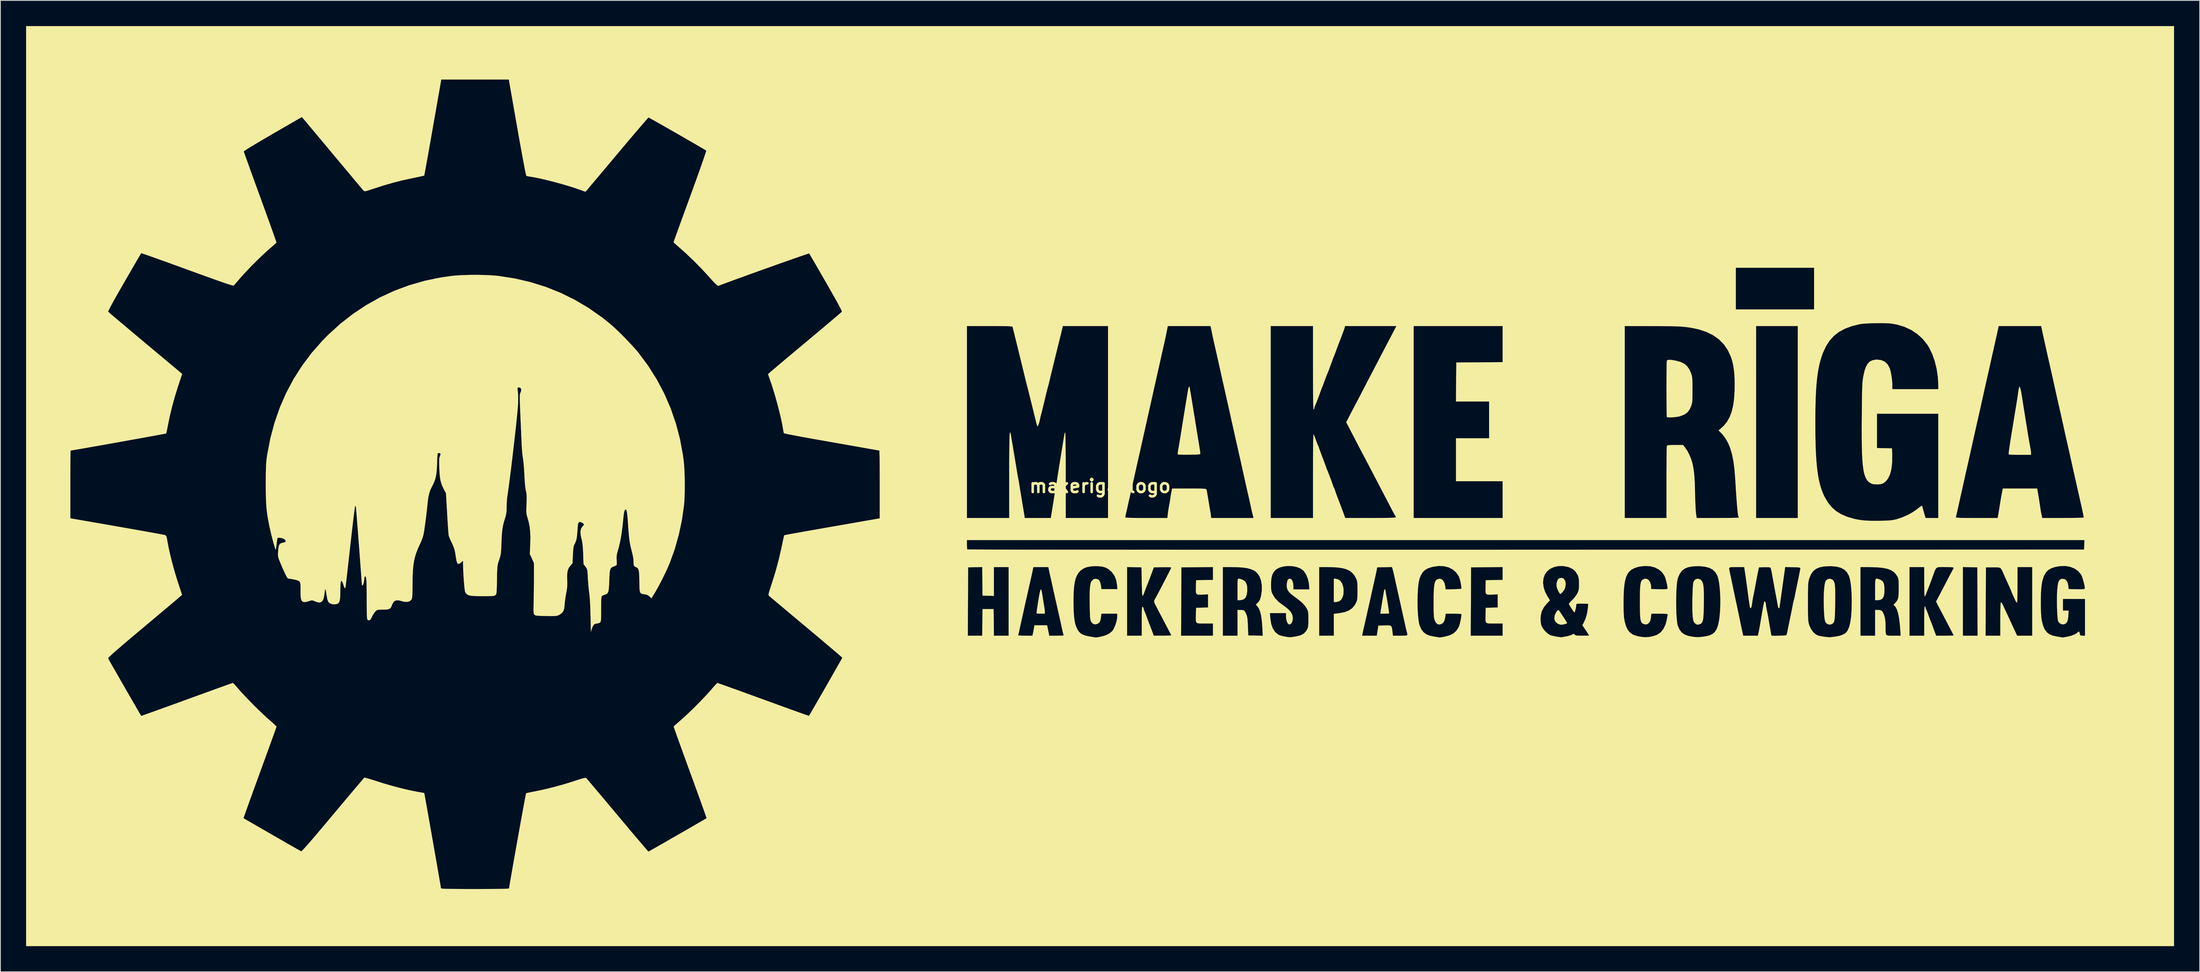
<source format=kicad_pcb>
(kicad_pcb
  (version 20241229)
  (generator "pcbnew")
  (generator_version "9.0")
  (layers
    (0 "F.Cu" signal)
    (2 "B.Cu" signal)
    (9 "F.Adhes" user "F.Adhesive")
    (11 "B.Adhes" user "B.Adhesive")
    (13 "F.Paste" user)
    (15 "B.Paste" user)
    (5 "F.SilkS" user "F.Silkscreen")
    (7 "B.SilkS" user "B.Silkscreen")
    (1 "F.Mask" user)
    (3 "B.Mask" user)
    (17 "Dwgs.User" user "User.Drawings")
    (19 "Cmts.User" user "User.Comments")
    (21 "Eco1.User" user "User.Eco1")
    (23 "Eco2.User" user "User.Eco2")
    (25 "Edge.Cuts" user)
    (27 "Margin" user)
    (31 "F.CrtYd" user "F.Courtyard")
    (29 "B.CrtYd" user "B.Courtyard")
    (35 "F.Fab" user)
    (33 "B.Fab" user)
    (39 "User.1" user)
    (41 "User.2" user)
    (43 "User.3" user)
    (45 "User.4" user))
  (footprint "makeriga_logo"
    (layer "F.Cu")
    (at 125.57 53.819)
    (property "Reference" "makeriga_logo" (at 0 0 0) (layer "F.SilkS") (effects (font (size 1.524 1.524) (thickness 0.3))))
    (attr through_hole)
    (fp_poly (pts (xy 27.499 10.838) (xy 27.833 10.91) (xy 28.106 11.106) (xy 28.309 11.415) (xy 28.435 11.828) (xy 28.473 12.148) (xy 28.458 12.622) (xy 28.355 13.012) (xy 28.174 13.307) (xy 27.921 13.494) (xy 27.605 13.561) (xy 27.595 13.561) (xy 27.337 13.561) (xy 27.337 10.834) (xy 27.499 10.838)) (stroke (width 0.01) (type solid)) (fill yes) (layer "F.SilkS"))
    (fp_poly (pts (xy 90.874 10.832) (xy 91.03 10.884) (xy 91.197 10.951) (xy 91.413 11.065) (xy 91.56 11.223) (xy 91.651 11.449) (xy 91.697 11.77) (xy 91.709 12.124) (xy 91.688 12.584) (xy 91.617 12.921) (xy 91.484 13.151) (xy 91.28 13.286) (xy 90.996 13.341) (xy 90.891 13.345) (xy 90.622 13.346) (xy 90.622 12.09) (xy 90.622 11.614) (xy 90.629 11.266) (xy 90.649 11.03) (xy 90.691 10.889) (xy 90.763 10.829) (xy 90.874 10.832)) (stroke (width 0.01) (type solid)) (fill yes) (layer "F.SilkS"))
    (fp_poly (pts (xy 54.196 10.826) (xy 54.339 11.003) (xy 54.422 11.245) (xy 54.442 11.53) (xy 54.393 11.834) (xy 54.268 12.133) (xy 54.128 12.332) (xy 53.978 12.496) (xy 53.863 12.604) (xy 53.821 12.628) (xy 53.757 12.571) (xy 53.659 12.428) (xy 53.619 12.359) (xy 53.44 11.975) (xy 53.368 11.638) (xy 53.396 11.307) (xy 53.425 11.197) (xy 53.507 10.972) (xy 53.606 10.845) (xy 53.758 10.768) (xy 53.759 10.768) (xy 54.001 10.74) (xy 54.196 10.826)) (stroke (width 0.01) (type solid)) (fill yes) (layer "F.SilkS"))
    (fp_poly (pts (xy 16.234 10.836) (xy 16.399 10.866) (xy 16.617 10.94) (xy 16.691 10.972) (xy 16.947 11.15) (xy 17.115 11.417) (xy 17.201 11.784) (xy 17.207 12.263) (xy 17.206 12.289) (xy 17.144 12.721) (xy 17.019 13.031) (xy 16.819 13.231) (xy 16.537 13.33) (xy 16.32 13.346) (xy 16.072 13.346) (xy 16.072 12.09) (xy 16.073 11.639) (xy 16.076 11.311) (xy 16.084 11.087) (xy 16.1 10.948) (xy 16.126 10.872) (xy 16.164 10.842) (xy 16.218 10.836) (xy 16.234 10.836)) (stroke (width 0.01) (type solid)) (fill yes) (layer "F.SilkS"))
    (fp_poly (pts (xy 53.653 14.55) (xy 53.761 14.7) (xy 53.909 14.916) (xy 54.077 15.17) (xy 54.248 15.434) (xy 54.403 15.679) (xy 54.525 15.878) (xy 54.594 16.003) (xy 54.603 16.029) (xy 54.54 16.078) (xy 54.384 16.134) (xy 54.184 16.183) (xy 53.988 16.213) (xy 53.921 16.216) (xy 53.707 16.175) (xy 53.483 16.073) (xy 53.453 16.054) (xy 53.224 15.834) (xy 53.121 15.561) (xy 53.142 15.223) (xy 53.161 15.143) (xy 53.248 14.911) (xy 53.37 14.7) (xy 53.499 14.547) (xy 53.602 14.494) (xy 53.653 14.55)) (stroke (width 0.01) (type solid)) (fill yes) (layer "F.SilkS"))
    (fp_poly (pts (xy -6.891 12.099) (xy -6.858 12.192) (xy -6.812 12.395) (xy -6.759 12.677) (xy -6.715 12.951) (xy -6.659 13.316) (xy -6.603 13.669) (xy -6.555 13.961) (xy -6.531 14.099) (xy -6.491 14.364) (xy -6.466 14.611) (xy -6.462 14.691) (xy -6.458 14.924) (xy -6.912 14.924) (xy -7.153 14.919) (xy -7.331 14.906) (xy -7.402 14.889) (xy -7.414 14.85) (xy -7.413 14.76) (xy -7.398 14.6) (xy -7.365 14.354) (xy -7.312 14.005) (xy -7.238 13.536) (xy -7.213 13.382) (xy -7.129 12.878) (xy -7.058 12.507) (xy -6.999 12.258) (xy -6.949 12.123) (xy -6.905 12.089) (xy -6.891 12.099)) (stroke (width 0.01) (type solid)) (fill yes) (layer "F.SilkS"))
    (fp_poly (pts (xy 33.353 12.159) (xy 33.398 12.383) (xy 33.4 12.395) (xy 33.444 12.69) (xy 33.499 12.994) (xy 33.512 13.059) (xy 33.543 13.226) (xy 33.586 13.48) (xy 33.636 13.788) (xy 33.687 14.113) (xy 33.733 14.42) (xy 33.77 14.676) (xy 33.791 14.845) (xy 33.795 14.888) (xy 33.729 14.906) (xy 33.556 14.919) (xy 33.311 14.924) (xy 33.285 14.924) (xy 32.775 14.924) (xy 32.811 14.655) (xy 32.837 14.482) (xy 32.881 14.204) (xy 32.937 13.859) (xy 33 13.484) (xy 33.005 13.453) (xy 33.068 13.082) (xy 33.124 12.742) (xy 33.17 12.468) (xy 33.198 12.298) (xy 33.2 12.287) (xy 33.246 12.108) (xy 33.299 12.066) (xy 33.353 12.159)) (stroke (width 0.01) (type solid)) (fill yes) (layer "F.SilkS"))
    (fp_poly (pts (xy 70.216 10.949) (xy 70.362 11.105) (xy 70.439 11.252) (xy 70.5 11.445) (xy 70.545 11.7) (xy 70.577 12.032) (xy 70.595 12.455) (xy 70.601 12.984) (xy 70.596 13.635) (xy 70.59 14.004) (xy 70.577 14.598) (xy 70.557 15.065) (xy 70.529 15.423) (xy 70.487 15.687) (xy 70.428 15.876) (xy 70.35 16.005) (xy 70.247 16.091) (xy 70.129 16.147) (xy 69.907 16.208) (xy 69.738 16.178) (xy 69.562 16.054) (xy 69.461 15.946) (xy 69.392 15.806) (xy 69.341 15.594) (xy 69.301 15.319) (xy 69.278 15.056) (xy 69.263 14.698) (xy 69.255 14.268) (xy 69.254 13.791) (xy 69.258 13.291) (xy 69.268 12.794) (xy 69.284 12.324) (xy 69.304 11.905) (xy 69.328 11.562) (xy 69.356 11.321) (xy 69.378 11.221) (xy 69.53 10.987) (xy 69.744 10.86) (xy 69.984 10.846) (xy 70.216 10.949)) (stroke (width 0.01) (type solid)) (fill yes) (layer "F.SilkS"))
    (fp_poly (pts (xy 85.561 10.905) (xy 85.702 11.015) (xy 85.776 11.109) (xy 85.835 11.225) (xy 85.881 11.377) (xy 85.914 11.583) (xy 85.936 11.856) (xy 85.949 12.213) (xy 85.954 12.669) (xy 85.951 13.241) (xy 85.945 13.812) (xy 85.936 14.429) (xy 85.923 14.919) (xy 85.905 15.297) (xy 85.879 15.581) (xy 85.841 15.787) (xy 85.789 15.93) (xy 85.72 16.028) (xy 85.632 16.096) (xy 85.552 16.136) (xy 85.359 16.203) (xy 85.195 16.189) (xy 85.01 16.104) (xy 84.905 16.029) (xy 84.823 15.917) (xy 84.76 15.752) (xy 84.712 15.515) (xy 84.677 15.187) (xy 84.649 14.75) (xy 84.628 14.243) (xy 84.612 13.56) (xy 84.616 12.924) (xy 84.638 12.352) (xy 84.678 11.86) (xy 84.733 11.465) (xy 84.803 11.185) (xy 84.864 11.059) (xy 85.068 10.89) (xy 85.315 10.838) (xy 85.561 10.905)) (stroke (width 0.01) (type solid)) (fill yes) (layer "F.SilkS"))
    (fp_poly (pts (xy 107.554 -11.552) (xy 107.623 -11.338) (xy 107.7 -10.983) (xy 107.784 -10.488) (xy 107.803 -10.368) (xy 107.86 -9.992) (xy 107.931 -9.539) (xy 108.005 -9.073) (xy 108.056 -8.754) (xy 108.124 -8.331) (xy 108.196 -7.884) (xy 108.262 -7.472) (xy 108.304 -7.211) (xy 108.428 -6.433) (xy 108.535 -5.784) (xy 108.626 -5.249) (xy 108.704 -4.816) (xy 108.744 -4.602) (xy 108.795 -4.312) (xy 108.832 -4.051) (xy 108.847 -3.872) (xy 108.847 -3.867) (xy 108.847 -3.659) (xy 107.56 -3.659) (xy 107.145 -3.662) (xy 106.782 -3.67) (xy 106.494 -3.682) (xy 106.305 -3.698) (xy 106.239 -3.714) (xy 106.236 -3.807) (xy 106.259 -4.035) (xy 106.305 -4.388) (xy 106.373 -4.859) (xy 106.463 -5.441) (xy 106.574 -6.127) (xy 106.587 -6.206) (xy 106.637 -6.51) (xy 106.701 -6.903) (xy 106.772 -7.332) (xy 106.834 -7.713) (xy 106.91 -8.173) (xy 106.994 -8.687) (xy 107.076 -9.184) (xy 107.129 -9.507) (xy 107.196 -9.922) (xy 107.263 -10.362) (xy 107.322 -10.765) (xy 107.354 -10.996) (xy 107.397 -11.275) (xy 107.441 -11.491) (xy 107.48 -11.61) (xy 107.493 -11.624) (xy 107.554 -11.552)) (stroke (width 0.01) (type solid)) (fill yes) (layer "F.SilkS"))
    (fp_poly (pts (xy 66.801 -14.759) (xy 67.197 -14.695) (xy 67.349 -14.665) (xy 67.896 -14.512) (xy 68.329 -14.295) (xy 68.666 -13.996) (xy 68.929 -13.599) (xy 69.099 -13.202) (xy 69.155 -13.033) (xy 69.198 -12.871) (xy 69.228 -12.692) (xy 69.247 -12.472) (xy 69.259 -12.184) (xy 69.265 -11.805) (xy 69.266 -11.309) (xy 69.266 -11.265) (xy 69.266 -10.756) (xy 69.261 -10.367) (xy 69.25 -10.073) (xy 69.232 -9.849) (xy 69.203 -9.673) (xy 69.163 -9.519) (xy 69.116 -9.381) (xy 68.915 -8.943) (xy 68.662 -8.617) (xy 68.333 -8.379) (xy 67.9 -8.206) (xy 67.719 -8.156) (xy 67.44 -8.101) (xy 67.126 -8.062) (xy 66.815 -8.039) (xy 66.544 -8.037) (xy 66.349 -8.055) (xy 66.274 -8.084) (xy 66.264 -8.164) (xy 66.255 -8.37) (xy 66.247 -8.684) (xy 66.24 -9.089) (xy 66.235 -9.568) (xy 66.231 -10.102) (xy 66.229 -10.674) (xy 66.228 -11.268) (xy 66.228 -11.864) (xy 66.229 -12.446) (xy 66.232 -12.997) (xy 66.236 -13.498) (xy 66.242 -13.932) (xy 66.249 -14.281) (xy 66.258 -14.528) (xy 66.267 -14.656) (xy 66.27 -14.667) (xy 66.351 -14.745) (xy 66.523 -14.776) (xy 66.801 -14.759)) (stroke (width 0.01) (type solid)) (fill yes) (layer "F.SilkS"))
    (fp_poly (pts (xy 10.461 -11.619) (xy 10.48 -11.534) (xy 10.495 -11.415) (xy 10.528 -11.212) (xy 10.55 -11.086) (xy 10.587 -10.875) (xy 10.64 -10.564) (xy 10.702 -10.194) (xy 10.765 -9.806) (xy 10.767 -9.794) (xy 10.841 -9.334) (xy 10.924 -8.82) (xy 11.005 -8.323) (xy 11.057 -8) (xy 11.124 -7.587) (xy 11.194 -7.153) (xy 11.259 -6.757) (xy 11.295 -6.529) (xy 11.346 -6.215) (xy 11.412 -5.811) (xy 11.484 -5.37) (xy 11.554 -4.951) (xy 11.613 -4.583) (xy 11.664 -4.258) (xy 11.702 -4.005) (xy 11.721 -3.855) (xy 11.722 -3.839) (xy 11.719 -3.788) (xy 11.69 -3.75) (xy 11.615 -3.723) (xy 11.475 -3.705) (xy 11.252 -3.693) (xy 10.925 -3.684) (xy 10.475 -3.676) (xy 10.427 -3.676) (xy 10.009 -3.673) (xy 9.643 -3.676) (xy 9.351 -3.685) (xy 9.158 -3.698) (xy 9.086 -3.715) (xy 9.081 -3.809) (xy 9.101 -4.005) (xy 9.141 -4.263) (xy 9.15 -4.309) (xy 9.205 -4.615) (xy 9.268 -4.981) (xy 9.342 -5.423) (xy 9.43 -5.962) (xy 9.535 -6.616) (xy 9.584 -6.924) (xy 9.761 -8.034) (xy 9.928 -9.064) (xy 10.08 -9.986) (xy 10.114 -10.189) (xy 10.176 -10.558) (xy 10.234 -10.902) (xy 10.28 -11.18) (xy 10.308 -11.355) (xy 10.353 -11.524) (xy 10.411 -11.619) (xy 10.461 -11.619)) (stroke (width 0.01) (type solid)) (fill yes) (layer "F.SilkS"))
    (fp_poly (pts (xy -71.971 -24.693) (xy -71.198 -24.659) (xy -70.516 -24.605) (xy -70.316 -24.583) (xy -68.419 -24.286) (xy -66.579 -23.858) (xy -64.797 -23.299) (xy -63.073 -22.609) (xy -61.408 -21.787) (xy -59.802 -20.835) (xy -58.255 -19.753) (xy -57.354 -19.039) (xy -56.971 -18.705) (xy -56.522 -18.288) (xy -56.032 -17.812) (xy -55.528 -17.305) (xy -55.035 -16.792) (xy -54.579 -16.3) (xy -54.185 -15.855) (xy -53.946 -15.567) (xy -52.82 -14.045) (xy -51.82 -12.457) (xy -50.949 -10.807) (xy -50.208 -9.096) (xy -49.598 -7.329) (xy -49.119 -5.507) (xy -48.774 -3.634) (xy -48.678 -2.906) (xy -48.631 -2.395) (xy -48.595 -1.779) (xy -48.571 -1.092) (xy -48.56 -0.37) (xy -48.56 0.352) (xy -48.573 1.039) (xy -48.599 1.655) (xy -48.638 2.165) (xy -48.64 2.188) (xy -48.886 3.936) (xy -49.25 5.668) (xy -49.724 7.354) (xy -50.302 8.966) (xy -50.344 9.068) (xy -50.557 9.563) (xy -50.82 10.132) (xy -51.115 10.736) (xy -51.422 11.338) (xy -51.722 11.898) (xy -51.996 12.379) (xy -52.093 12.54) (xy -52.459 13.133) (xy -52.673 12.918) (xy -52.9 12.751) (xy -53.187 12.665) (xy -53.242 12.657) (xy -53.448 12.628) (xy -53.602 12.589) (xy -53.711 12.521) (xy -53.782 12.405) (xy -53.825 12.221) (xy -53.848 11.949) (xy -53.858 11.569) (xy -53.863 11.158) (xy -53.871 10.643) (xy -53.889 10.253) (xy -53.919 9.966) (xy -53.968 9.765) (xy -54.04 9.629) (xy -54.14 9.538) (xy -54.272 9.474) (xy -54.277 9.472) (xy -54.428 9.392) (xy -54.511 9.272) (xy -54.541 9.076) (xy -54.539 8.851) (xy -54.557 8.545) (xy -54.627 8.134) (xy -54.741 7.661) (xy -54.849 7.24) (xy -54.935 6.848) (xy -55.004 6.453) (xy -55.061 6.024) (xy -55.109 5.529) (xy -55.155 4.936) (xy -55.176 4.628) (xy -55.217 4.025) (xy -55.256 3.554) (xy -55.294 3.201) (xy -55.335 2.956) (xy -55.381 2.807) (xy -55.434 2.74) (xy -55.497 2.745) (xy -55.563 2.798) (xy -55.622 2.93) (xy -55.676 3.2) (xy -55.727 3.61) (xy -55.748 3.839) (xy -55.845 4.778) (xy -55.965 5.654) (xy -56.105 6.443) (xy -56.261 7.122) (xy -56.334 7.382) (xy -56.439 7.747) (xy -56.502 8.024) (xy -56.53 8.261) (xy -56.529 8.503) (xy -56.52 8.644) (xy -56.507 8.908) (xy -56.51 9.118) (xy -56.527 9.23) (xy -56.529 9.234) (xy -56.623 9.301) (xy -56.797 9.378) (xy -56.848 9.395) (xy -57.015 9.46) (xy -57.141 9.544) (xy -57.232 9.667) (xy -57.295 9.85) (xy -57.337 10.113) (xy -57.364 10.476) (xy -57.382 10.959) (xy -57.385 11.035) (xy -57.404 11.555) (xy -57.432 11.951) (xy -57.472 12.239) (xy -57.531 12.438) (xy -57.611 12.566) (xy -57.719 12.641) (xy -57.815 12.672) (xy -58.029 12.745) (xy -58.172 12.818) (xy -58.227 12.856) (xy -58.268 12.906) (xy -58.296 12.989) (xy -58.315 13.123) (xy -58.326 13.327) (xy -58.332 13.623) (xy -58.334 14.03) (xy -58.334 14.377) (xy -58.335 14.874) (xy -58.339 15.248) (xy -58.348 15.518) (xy -58.363 15.703) (xy -58.387 15.825) (xy -58.42 15.901) (xy -58.465 15.953) (xy -58.465 15.954) (xy -58.633 16.042) (xy -58.81 16.072) (xy -59.035 16.108) (xy -59.202 16.229) (xy -59.335 16.459) (xy -59.406 16.649) (xy -59.534 17.041) (xy -59.574 15.14) (xy -59.592 14.466) (xy -59.618 13.84) (xy -59.65 13.285) (xy -59.686 12.825) (xy -59.726 12.485) (xy -59.774 12.109) (xy -59.82 11.649) (xy -59.86 11.165) (xy -59.887 10.73) (xy -59.908 10.331) (xy -59.928 10.047) (xy -59.954 9.848) (xy -59.993 9.705) (xy -60.05 9.59) (xy -60.131 9.473) (xy -60.165 9.428) (xy -60.394 9.128) (xy -60.434 7.918) (xy -60.465 7.277) (xy -60.508 6.777) (xy -60.566 6.418) (xy -60.592 6.314) (xy -60.72 5.778) (xy -60.752 5.341) (xy -60.687 4.996) (xy -60.526 4.734) (xy -60.455 4.668) (xy -60.352 4.527) (xy -60.392 4.395) (xy -60.573 4.274) (xy -60.608 4.259) (xy -60.783 4.193) (xy -60.88 4.192) (xy -60.952 4.256) (xy -60.967 4.276) (xy -61.045 4.449) (xy -61.062 4.552) (xy -61.068 4.681) (xy -61.084 4.918) (xy -61.107 5.225) (xy -61.129 5.501) (xy -61.168 5.897) (xy -61.215 6.19) (xy -61.278 6.422) (xy -61.367 6.633) (xy -61.393 6.685) (xy -61.475 6.855) (xy -61.533 7.02) (xy -61.574 7.21) (xy -61.602 7.459) (xy -61.624 7.8) (xy -61.637 8.05) (xy -61.683 9.033) (xy -61.938 9.316) (xy -62.114 9.555) (xy -62.232 9.834) (xy -62.297 10.177) (xy -62.316 10.613) (xy -62.303 11.014) (xy -62.292 11.438) (xy -62.311 11.82) (xy -62.366 12.228) (xy -62.42 12.521) (xy -62.49 12.915) (xy -62.55 13.33) (xy -62.593 13.703) (xy -62.606 13.875) (xy -62.65 14.288) (xy -62.74 14.592) (xy -62.892 14.818) (xy -63.123 14.997) (xy -63.214 15.049) (xy -63.338 15.111) (xy -63.456 15.155) (xy -63.594 15.184) (xy -63.777 15.2) (xy -64.03 15.206) (xy -64.381 15.204) (xy -64.771 15.197) (xy -65.229 15.188) (xy -65.566 15.175) (xy -65.802 15.158) (xy -65.96 15.134) (xy -66.061 15.1) (xy -66.127 15.054) (xy -66.134 15.046) (xy -66.182 14.986) (xy -66.214 14.902) (xy -66.234 14.771) (xy -66.243 14.571) (xy -66.241 14.279) (xy -66.232 13.873) (xy -66.228 13.719) (xy -66.217 13.281) (xy -66.208 12.741) (xy -66.2 12.141) (xy -66.195 11.523) (xy -66.192 10.929) (xy -66.192 10.763) (xy -66.191 9.005) (xy -66.431 8.474) (xy -66.671 7.944) (xy -66.622 6.788) (xy -66.605 6.015) (xy -66.627 5.349) (xy -66.69 4.757) (xy -66.799 4.207) (xy -66.918 3.784) (xy -66.988 3.554) (xy -67.037 3.36) (xy -67.066 3.17) (xy -67.078 2.951) (xy -67.077 2.669) (xy -67.065 2.291) (xy -67.056 2.085) (xy -67.04 1.62) (xy -67.037 1.268) (xy -67.048 1.001) (xy -67.074 0.787) (xy -67.117 0.598) (xy -67.124 0.574) (xy -67.174 0.325) (xy -67.221 -0.052) (xy -67.262 -0.544) (xy -67.297 -1.135) (xy -67.303 -1.256) (xy -67.329 -1.741) (xy -67.362 -2.22) (xy -67.399 -2.658) (xy -67.438 -3.02) (xy -67.473 -3.265) (xy -67.518 -3.571) (xy -67.561 -3.967) (xy -67.597 -4.399) (xy -67.619 -4.771) (xy -67.666 -5.829) (xy -67.707 -6.753) (xy -67.742 -7.552) (xy -67.772 -8.236) (xy -67.796 -8.814) (xy -67.815 -9.297) (xy -67.829 -9.692) (xy -67.838 -10.01) (xy -67.843 -10.261) (xy -67.843 -10.452) (xy -67.84 -10.595) (xy -67.833 -10.698) (xy -67.822 -10.771) (xy -67.808 -10.823) (xy -67.791 -10.864) (xy -67.771 -10.903) (xy -67.771 -10.903) (xy -67.677 -11.171) (xy -67.691 -11.381) (xy -67.808 -11.513) (xy -67.986 -11.552) (xy -68.063 -11.544) (xy -68.103 -11.501) (xy -68.111 -11.393) (xy -68.092 -11.188) (xy -68.072 -11.032) (xy -68.049 -10.741) (xy -68.037 -10.361) (xy -68.039 -9.949) (xy -68.048 -9.651) (xy -68.069 -9.33) (xy -68.107 -8.885) (xy -68.16 -8.33) (xy -68.225 -7.683) (xy -68.301 -6.961) (xy -68.386 -6.179) (xy -68.479 -5.356) (xy -68.576 -4.507) (xy -68.676 -3.649) (xy -68.778 -2.799) (xy -68.879 -1.974) (xy -68.977 -1.19) (xy -69.07 -0.463) (xy -69.158 0.188) (xy -69.236 0.749) (xy -69.304 1.201) (xy -69.313 1.256) (xy -69.344 1.521) (xy -69.367 1.872) (xy -69.381 2.251) (xy -69.383 2.432) (xy -69.391 2.828) (xy -69.42 3.143) (xy -69.479 3.443) (xy -69.579 3.789) (xy -69.596 3.842) (xy -69.705 4.201) (xy -69.79 4.535) (xy -69.856 4.872) (xy -69.905 5.241) (xy -69.943 5.672) (xy -69.973 6.194) (xy -69.994 6.709) (xy -70.014 7.185) (xy -70.035 7.548) (xy -70.061 7.83) (xy -70.097 8.062) (xy -70.147 8.275) (xy -70.216 8.5) (xy -70.265 8.646) (xy -70.336 8.856) (xy -70.39 9.037) (xy -70.431 9.212) (xy -70.46 9.406) (xy -70.48 9.642) (xy -70.494 9.945) (xy -70.505 10.339) (xy -70.514 10.849) (xy -70.516 10.955) (xy -70.526 11.488) (xy -70.536 11.896) (xy -70.548 12.197) (xy -70.564 12.411) (xy -70.586 12.556) (xy -70.615 12.65) (xy -70.653 12.712) (xy -70.69 12.749) (xy -70.753 12.795) (xy -70.842 12.828) (xy -70.977 12.852) (xy -71.178 12.867) (xy -71.468 12.875) (xy -71.865 12.879) (xy -72.208 12.879) (xy -72.778 12.875) (xy -73.223 12.858) (xy -73.561 12.825) (xy -73.81 12.77) (xy -73.989 12.689) (xy -74.115 12.577) (xy -74.207 12.431) (xy -74.237 12.365) (xy -74.269 12.225) (xy -74.304 11.968) (xy -74.34 11.617) (xy -74.375 11.199) (xy -74.408 10.738) (xy -74.436 10.26) (xy -74.459 9.789) (xy -74.473 9.352) (xy -74.477 9.045) (xy -74.478 8.727) (xy -74.686 8.926) (xy -74.851 9.048) (xy -74.998 9.102) (xy -75.025 9.1) (xy -75.099 9.071) (xy -75.158 8.999) (xy -75.21 8.865) (xy -75.26 8.646) (xy -75.317 8.321) (xy -75.364 8.008) (xy -75.44 7.586) (xy -75.539 7.231) (xy -75.685 6.871) (xy -75.792 6.644) (xy -75.935 6.343) (xy -76.056 6.066) (xy -76.136 5.854) (xy -76.159 5.776) (xy -76.173 5.654) (xy -76.194 5.407) (xy -76.221 5.054) (xy -76.251 4.615) (xy -76.284 4.108) (xy -76.318 3.551) (xy -76.338 3.202) (xy -76.474 0.843) (xy -76.726 0.362) (xy -76.898 0.009) (xy -77.027 -0.329) (xy -77.121 -0.684) (xy -77.185 -1.087) (xy -77.228 -1.571) (xy -77.254 -2.12) (xy -77.268 -2.576) (xy -77.271 -2.914) (xy -77.263 -3.155) (xy -77.241 -3.324) (xy -77.205 -3.445) (xy -77.188 -3.483) (xy -77.123 -3.655) (xy -77.111 -3.781) (xy -77.113 -3.785) (xy -77.201 -3.858) (xy -77.341 -3.87) (xy -77.447 -3.816) (xy -77.45 -3.812) (xy -77.465 -3.722) (xy -77.481 -3.514) (xy -77.497 -3.215) (xy -77.511 -2.85) (xy -77.517 -2.61) (xy -77.547 -1.959) (xy -77.604 -1.418) (xy -77.696 -0.955) (xy -77.829 -0.538) (xy -78.012 -0.136) (xy -78.102 0.032) (xy -78.289 0.414) (xy -78.431 0.824) (xy -78.536 1.297) (xy -78.615 1.865) (xy -78.639 2.114) (xy -78.708 2.794) (xy -78.799 3.569) (xy -78.908 4.396) (xy -79.029 5.23) (xy -79.041 5.31) (xy -79.106 5.668) (xy -79.193 5.992) (xy -79.318 6.332) (xy -79.496 6.737) (xy -79.534 6.816) (xy -79.769 7.339) (xy -79.957 7.825) (xy -80.105 8.298) (xy -80.216 8.785) (xy -80.295 9.312) (xy -80.347 9.903) (xy -80.376 10.585) (xy -80.389 11.383) (xy -80.389 11.421) (xy -80.392 11.96) (xy -80.397 12.375) (xy -80.406 12.685) (xy -80.419 12.909) (xy -80.438 13.066) (xy -80.466 13.175) (xy -80.503 13.256) (xy -80.548 13.322) (xy -80.756 13.486) (xy -81.051 13.553) (xy -81.414 13.52) (xy -81.637 13.458) (xy -82.025 13.361) (xy -82.326 13.372) (xy -82.553 13.496) (xy -82.722 13.739) (xy -82.795 13.929) (xy -82.883 14.152) (xy -82.999 14.302) (xy -83.168 14.393) (xy -83.421 14.439) (xy -83.784 14.454) (xy -83.844 14.455) (xy -84.161 14.458) (xy -84.371 14.471) (xy -84.511 14.504) (xy -84.617 14.564) (xy -84.725 14.663) (xy -84.75 14.688) (xy -84.912 14.892) (xy -85.068 15.156) (xy -85.132 15.297) (xy -85.271 15.567) (xy -85.414 15.696) (xy -85.567 15.687) (xy -85.639 15.639) (xy -85.668 15.595) (xy -85.691 15.508) (xy -85.709 15.362) (xy -85.723 15.145) (xy -85.732 14.843) (xy -85.738 14.44) (xy -85.742 13.924) (xy -85.743 13.281) (xy -85.743 13.189) (xy -85.745 12.48) (xy -85.75 11.903) (xy -85.76 11.446) (xy -85.776 11.099) (xy -85.799 10.849) (xy -85.829 10.685) (xy -85.868 10.596) (xy -85.916 10.569) (xy -85.962 10.586) (xy -86.009 10.68) (xy -86.03 10.85) (xy -86.03 10.857) (xy -86.049 11.08) (xy -86.095 11.31) (xy -86.158 11.502) (xy -86.223 11.612) (xy -86.249 11.624) (xy -86.306 11.565) (xy -86.316 11.498) (xy -86.321 11.391) (xy -86.336 11.157) (xy -86.36 10.812) (xy -86.391 10.37) (xy -86.429 9.847) (xy -86.473 9.258) (xy -86.521 8.618) (xy -86.571 7.942) (xy -86.624 7.245) (xy -86.678 6.542) (xy -86.731 5.849) (xy -86.782 5.181) (xy -86.831 4.552) (xy -86.876 3.977) (xy -86.916 3.473) (xy -86.951 3.053) (xy -86.977 2.734) (xy -86.996 2.529) (xy -87.004 2.457) (xy -87.05 2.332) (xy -87.092 2.296) (xy -87.109 2.365) (xy -87.14 2.566) (xy -87.184 2.885) (xy -87.239 3.312) (xy -87.303 3.834) (xy -87.376 4.44) (xy -87.456 5.117) (xy -87.541 5.855) (xy -87.63 6.642) (xy -87.667 6.978) (xy -87.757 7.787) (xy -87.844 8.556) (xy -87.925 9.275) (xy -88 9.929) (xy -88.066 10.508) (xy -88.123 10.998) (xy -88.169 11.387) (xy -88.203 11.663) (xy -88.222 11.814) (xy -88.226 11.835) (xy -88.272 11.94) (xy -88.335 11.903) (xy -88.413 11.727) (xy -88.477 11.516) (xy -88.545 11.311) (xy -88.616 11.159) (xy -88.632 11.136) (xy -88.702 11.083) (xy -88.755 11.126) (xy -88.792 11.276) (xy -88.815 11.543) (xy -88.826 11.936) (xy -88.828 12.198) (xy -88.834 12.705) (xy -88.855 13.089) (xy -88.895 13.368) (xy -88.958 13.562) (xy -89.049 13.689) (xy -89.171 13.769) (xy -89.189 13.777) (xy -89.475 13.836) (xy -89.783 13.808) (xy -90.055 13.704) (xy -90.164 13.62) (xy -90.269 13.47) (xy -90.346 13.245) (xy -90.407 12.915) (xy -90.47 12.5) (xy -90.522 12.225) (xy -90.566 12.088) (xy -90.604 12.087) (xy -90.639 12.219) (xy -90.675 12.482) (xy -90.694 12.668) (xy -90.767 13.1) (xy -90.891 13.4) (xy -91.072 13.572) (xy -91.315 13.621) (xy -91.626 13.55) (xy -91.777 13.486) (xy -91.984 13.396) (xy -92.132 13.365) (xy -92.289 13.39) (xy -92.458 13.444) (xy -92.799 13.543) (xy -93.059 13.568) (xy -93.247 13.508) (xy -93.373 13.352) (xy -93.447 13.088) (xy -93.478 12.703) (xy -93.478 12.253) (xy -93.473 11.822) (xy -93.486 11.51) (xy -93.528 11.295) (xy -93.612 11.153) (xy -93.749 11.06) (xy -93.951 10.992) (xy -94.133 10.948) (xy -94.413 10.89) (xy -94.661 10.85) (xy -94.821 10.834) (xy -94.913 10.821) (xy -94.994 10.765) (xy -95.081 10.644) (xy -95.193 10.434) (xy -95.32 10.168) (xy -95.493 9.789) (xy -95.679 9.365) (xy -95.845 8.972) (xy -95.888 8.866) (xy -96.007 8.561) (xy -96.08 8.337) (xy -96.114 8.139) (xy -96.118 7.917) (xy -96.1 7.618) (xy -96.098 7.59) (xy -96.06 7.207) (xy -95.998 6.943) (xy -95.899 6.774) (xy -95.748 6.676) (xy -95.531 6.625) (xy -95.518 6.623) (xy -95.299 6.559) (xy -95.21 6.452) (xy -95.256 6.317) (xy -95.391 6.202) (xy -95.572 6.117) (xy -95.791 6.06) (xy -95.997 6.038) (xy -96.142 6.059) (xy -96.174 6.084) (xy -96.201 6.186) (xy -96.235 6.392) (xy -96.27 6.665) (xy -96.282 6.778) (xy -96.314 7.06) (xy -96.346 7.284) (xy -96.372 7.414) (xy -96.38 7.432) (xy -96.413 7.383) (xy -96.472 7.218) (xy -96.553 6.958) (xy -96.648 6.625) (xy -96.751 6.244) (xy -96.856 5.835) (xy -96.958 5.422) (xy -97.049 5.027) (xy -97.104 4.771) (xy -97.224 4.176) (xy -97.32 3.642) (xy -97.395 3.144) (xy -97.452 2.654) (xy -97.493 2.146) (xy -97.52 1.592) (xy -97.536 0.966) (xy -97.543 0.241) (xy -97.543 -0.287) (xy -97.541 -0.96) (xy -97.537 -1.513) (xy -97.528 -1.968) (xy -97.516 -2.346) (xy -97.497 -2.672) (xy -97.471 -2.968) (xy -97.437 -3.256) (xy -97.394 -3.559) (xy -97.378 -3.659) (xy -97.013 -5.568) (xy -96.523 -7.408) (xy -95.907 -9.179) (xy -95.166 -10.88) (xy -94.301 -12.51) (xy -93.31 -14.069) (xy -92.196 -15.556) (xy -90.957 -16.972) (xy -90.23 -17.712) (xy -88.828 -18.987) (xy -87.352 -20.14) (xy -85.804 -21.169) (xy -84.189 -22.073) (xy -82.51 -22.85) (xy -80.771 -23.497) (xy -78.976 -24.014) (xy -77.127 -24.399) (xy -75.841 -24.584) (xy -75.195 -24.644) (xy -74.446 -24.685) (xy -73.634 -24.706) (xy -72.796 -24.709) (xy -71.971 -24.693)) (stroke (width 0.01) (type solid)) (fill yes) (layer "F.SilkS"))
    (fp_poly (pts (xy 125.565 53.814) (xy -125.565 53.814) (xy -125.565 -0.196) (xy -120.399 -0.196) (xy -120.399 3.769) (xy -114.928 4.722) (xy -114.058 4.875) (xy -113.226 5.021) (xy -112.445 5.159) (xy -111.725 5.287) (xy -111.077 5.403) (xy -110.513 5.506) (xy -110.043 5.592) (xy -109.68 5.66) (xy -109.433 5.708) (xy -109.314 5.735) (xy -109.307 5.737) (xy -109.221 5.8) (xy -109.157 5.927) (xy -109.102 6.149) (xy -109.071 6.325) (xy -108.918 7.149) (xy -108.714 8.067) (xy -108.469 9.043) (xy -108.193 10.041) (xy -107.895 11.024) (xy -107.729 11.53) (xy -107.602 11.913) (xy -107.491 12.247) (xy -107.406 12.508) (xy -107.354 12.674) (xy -107.34 12.723) (xy -107.394 12.773) (xy -107.549 12.908) (xy -107.798 13.122) (xy -108.132 13.406) (xy -108.543 13.754) (xy -109.023 14.159) (xy -109.563 14.614) (xy -110.155 15.112) (xy -110.791 15.646) (xy -111.462 16.209) (xy -111.685 16.396) (xy -112.554 17.125) (xy -113.315 17.766) (xy -113.972 18.323) (xy -114.53 18.8) (xy -114.991 19.198) (xy -115.36 19.523) (xy -115.641 19.776) (xy -115.837 19.961) (xy -115.952 20.082) (xy -115.989 20.142) (xy -115.989 20.146) (xy -115.948 20.22) (xy -115.845 20.405) (xy -115.685 20.686) (xy -115.479 21.049) (xy -115.232 21.48) (xy -114.955 21.964) (xy -114.654 22.489) (xy -114.338 23.04) (xy -114.015 23.603) (xy -113.692 24.164) (xy -113.379 24.708) (xy -113.082 25.222) (xy -112.811 25.692) (xy -112.573 26.104) (xy -112.376 26.444) (xy -112.228 26.697) (xy -112.138 26.85) (xy -112.113 26.89) (xy -112.045 26.869) (xy -111.852 26.803) (xy -111.545 26.694) (xy -111.133 26.547) (xy -110.628 26.366) (xy -110.039 26.154) (xy -109.376 25.914) (xy -108.65 25.651) (xy -107.87 25.368) (xy -107.048 25.069) (xy -106.779 24.971) (xy -105.944 24.667) (xy -105.147 24.377) (xy -104.4 24.106) (xy -103.712 23.857) (xy -103.093 23.634) (xy -102.555 23.44) (xy -102.107 23.279) (xy -101.76 23.156) (xy -101.524 23.073) (xy -101.409 23.035) (xy -101.4 23.032) (xy -101.332 23.084) (xy -101.193 23.224) (xy -101.005 23.431) (xy -100.807 23.66) (xy -100.446 24.071) (xy -100.002 24.551) (xy -99.501 25.075) (xy -98.969 25.615) (xy -98.431 26.147) (xy -97.913 26.645) (xy -97.44 27.083) (xy -97.169 27.324) (xy -96.874 27.584) (xy -96.62 27.813) (xy -96.427 27.993) (xy -96.314 28.109) (xy -96.29 28.141) (xy -96.314 28.216) (xy -96.384 28.414) (xy -96.495 28.727) (xy -96.645 29.144) (xy -96.829 29.655) (xy -97.044 30.249) (xy -97.285 30.916) (xy -97.55 31.645) (xy -97.835 32.427) (xy -98.135 33.251) (xy -98.231 33.515) (xy -98.535 34.349) (xy -98.824 35.143) (xy -99.094 35.888) (xy -99.341 36.572) (xy -99.563 37.186) (xy -99.754 37.72) (xy -99.912 38.162) (xy -100.033 38.504) (xy -100.114 38.735) (xy -100.149 38.845) (xy -100.151 38.853) (xy -100.08 38.896) (xy -99.898 39.003) (xy -99.62 39.165) (xy -99.259 39.374) (xy -98.83 39.622) (xy -98.347 39.901) (xy -97.823 40.203) (xy -97.273 40.52) (xy -96.711 40.843) (xy -96.15 41.166) (xy -95.605 41.478) (xy -95.09 41.774) (xy -94.619 42.043) (xy -94.205 42.28) (xy -93.864 42.474) (xy -93.608 42.619) (xy -93.452 42.706) (xy -93.409 42.728) (xy -93.36 42.704) (xy -93.254 42.608) (xy -93.09 42.439) (xy -92.863 42.19) (xy -92.569 41.857) (xy -92.205 41.437) (xy -91.767 40.925) (xy -91.251 40.316) (xy -90.652 39.606) (xy -89.969 38.792) (xy -89.693 38.462) (xy -89.124 37.783) (xy -88.581 37.135) (xy -88.071 36.528) (xy -87.602 35.97) (xy -87.179 35.469) (xy -86.812 35.034) (xy -86.506 34.673) (xy -86.268 34.394) (xy -86.107 34.207) (xy -86.028 34.119) (xy -86.022 34.113) (xy -85.938 34.123) (xy -85.738 34.172) (xy -85.445 34.255) (xy -85.08 34.367) (xy -84.663 34.499) (xy -84.541 34.539) (xy -83.75 34.789) (xy -82.913 35.032) (xy -82.067 35.261) (xy -81.246 35.465) (xy -80.486 35.637) (xy -79.823 35.766) (xy -79.786 35.772) (xy -79.477 35.825) (xy -79.227 35.869) (xy -79.065 35.899) (xy -79.02 35.908) (xy -79.005 35.979) (xy -78.968 36.177) (xy -78.911 36.491) (xy -78.836 36.907) (xy -78.746 37.412) (xy -78.643 37.994) (xy -78.528 38.639) (xy -78.406 39.334) (xy -78.276 40.066) (xy -78.143 40.823) (xy -78.008 41.591) (xy -77.874 42.357) (xy -77.742 43.108) (xy -77.616 43.832) (xy -77.497 44.514) (xy -77.387 45.143) (xy -77.29 45.705) (xy -77.207 46.187) (xy -77.14 46.576) (xy -77.092 46.859) (xy -77.066 47.023) (xy -77.061 47.059) (xy -77.019 47.078) (xy -76.89 47.094) (xy -76.665 47.108) (xy -76.337 47.118) (xy -75.901 47.127) (xy -75.348 47.133) (xy -74.672 47.138) (xy -73.865 47.14) (xy -73.079 47.141) (xy -72.1 47.139) (xy -71.263 47.136) (xy -70.565 47.13) (xy -70.005 47.121) (xy -69.58 47.11) (xy -69.29 47.096) (xy -69.131 47.08) (xy -69.097 47.066) (xy -69.084 46.968) (xy -69.049 46.744) (xy -68.993 46.406) (xy -68.919 45.97) (xy -68.828 45.446) (xy -68.724 44.849) (xy -68.609 44.191) (xy -68.484 43.486) (xy -68.353 42.747) (xy -68.218 41.987) (xy -68.08 41.218) (xy -67.943 40.454) (xy -67.809 39.708) (xy -67.68 38.994) (xy -67.558 38.323) (xy -67.446 37.71) (xy -67.346 37.167) (xy -67.26 36.708) (xy -67.191 36.345) (xy -67.141 36.092) (xy -67.113 35.961) (xy -67.108 35.946) (xy -67.019 35.914) (xy -66.818 35.866) (xy -66.535 35.806) (xy -66.199 35.741) (xy -66.191 35.739) (xy -65.391 35.578) (xy -64.506 35.373) (xy -63.581 35.136) (xy -62.663 34.879) (xy -61.797 34.614) (xy -61.466 34.506) (xy -60.981 34.346) (xy -60.616 34.234) (xy -60.357 34.166) (xy -60.19 34.138) (xy -60.102 34.147) (xy -60.092 34.154) (xy -60.032 34.22) (xy -59.887 34.388) (xy -59.664 34.649) (xy -59.372 34.994) (xy -59.016 35.415) (xy -58.604 35.903) (xy -58.144 36.449) (xy -57.642 37.046) (xy -57.107 37.685) (xy -56.544 38.356) (xy -56.425 38.498) (xy -55.86 39.173) (xy -55.32 39.815) (xy -54.815 40.415) (xy -54.35 40.966) (xy -53.933 41.459) (xy -53.57 41.886) (xy -53.27 42.238) (xy -53.038 42.506) (xy -52.883 42.684) (xy -52.811 42.761) (xy -52.807 42.764) (xy -52.741 42.729) (xy -52.564 42.631) (xy -52.29 42.476) (xy -51.934 42.274) (xy -51.509 42.031) (xy -51.029 41.757) (xy -50.507 41.458) (xy -49.958 41.143) (xy -49.396 40.819) (xy -48.833 40.496) (xy -48.285 40.18) (xy -47.765 39.88) (xy -47.286 39.603) (xy -46.863 39.358) (xy -46.51 39.152) (xy -46.239 38.994) (xy -46.066 38.891) (xy -46.004 38.851) (xy -46.024 38.782) (xy -46.09 38.588) (xy -46.198 38.28) (xy -46.344 37.867) (xy -46.525 37.361) (xy -46.737 36.771) (xy -46.977 36.107) (xy -47.24 35.38) (xy -47.524 34.6) (xy -47.824 33.777) (xy -47.925 33.5) (xy -48.23 32.665) (xy -48.519 31.869) (xy -48.79 31.122) (xy -49.038 30.434) (xy -49.26 29.817) (xy -49.453 29.279) (xy -49.611 28.832) (xy -49.733 28.486) (xy -49.813 28.25) (xy -49.85 28.136) (xy -49.851 28.126) (xy -49.792 28.065) (xy -49.644 27.929) (xy -49.426 27.736) (xy -49.159 27.504) (xy -49.042 27.403) (xy -48.609 27.018) (xy -48.112 26.555) (xy -47.579 26.039) (xy -47.035 25.497) (xy -46.508 24.956) (xy -46.022 24.442) (xy -45.605 23.981) (xy -45.419 23.765) (xy -45.187 23.496) (xy -44.984 23.272) (xy -44.83 23.113) (xy -44.744 23.04) (xy -44.737 23.038) (xy -44.66 23.061) (xy -44.458 23.13) (xy -44.143 23.241) (xy -43.723 23.391) (xy -43.211 23.574) (xy -42.615 23.789) (xy -41.947 24.03) (xy -41.216 24.295) (xy -40.434 24.579) (xy -39.609 24.879) (xy -39.361 24.97) (xy -38.528 25.273) (xy -37.735 25.562) (xy -36.991 25.831) (xy -36.308 26.079) (xy -35.695 26.3) (xy -35.163 26.491) (xy -34.721 26.648) (xy -34.381 26.769) (xy -34.151 26.848) (xy -34.043 26.884) (xy -34.036 26.885) (xy -33.992 26.815) (xy -33.885 26.635) (xy -33.724 26.359) (xy -33.516 26) (xy -33.269 25.573) (xy -32.991 25.091) (xy -32.69 24.568) (xy -32.374 24.018) (xy -32.051 23.455) (xy -31.729 22.892) (xy -31.416 22.344) (xy -31.119 21.825) (xy -30.847 21.347) (xy -30.608 20.926) (xy -30.409 20.575) (xy -30.259 20.307) (xy -30.165 20.137) (xy -30.136 20.079) (xy -30.189 20.025) (xy -30.345 19.887) (xy -30.593 19.671) (xy -30.927 19.385) (xy -31.337 19.036) (xy -31.815 18.63) (xy -32.353 18.176) (xy -32.942 17.679) (xy -33.146 17.507) (xy -15.462 17.507) (xy -14.621 17.507) (xy -13.779 17.507) (xy -13.76 15.947) (xy -13.74 14.386) (xy -12.449 14.386) (xy -12.43 15.947) (xy -12.41 17.507) (xy -10.691 17.507) (xy -10.691 17.443) (xy -9.583 17.443) (xy -9.533 17.469) (xy -9.361 17.489) (xy -9.091 17.503) (xy -8.765 17.507) (xy -7.907 17.507) (xy -7.832 17.167) (xy -7.776 16.894) (xy -7.726 16.626) (xy -7.714 16.557) (xy -7.671 16.288) (xy -6.193 16.288) (xy -6.115 16.664) (xy -6.059 16.932) (xy -6.008 17.181) (xy -5.99 17.274) (xy -5.944 17.507) (xy -5.081 17.507) (xy -4.718 17.506) (xy -4.476 17.499) (xy -4.334 17.483) (xy -4.27 17.455) (xy -4.261 17.412) (xy -4.271 17.382) (xy -4.31 17.256) (xy -4.367 17.032) (xy -4.432 16.749) (xy -4.454 16.646) (xy -4.533 16.28) (xy -4.626 15.852) (xy -4.717 15.444) (xy -4.738 15.355) (xy -4.818 14.997) (xy -4.9 14.634) (xy -4.969 14.328) (xy -4.988 14.243) (xy -5.049 13.972) (xy -5.128 13.622) (xy -5.15 13.525) (xy -3.109 13.525) (xy -3.097 14.371) (xy -3.059 15.084) (xy -2.992 15.672) (xy -2.898 16.143) (xy -2.773 16.506) (xy -2.766 16.523) (xy -2.621 16.811) (xy -2.469 17.039) (xy -2.289 17.218) (xy -2.062 17.358) (xy -1.766 17.471) (xy -1.381 17.566) (xy -0.888 17.655) (xy -0.491 17.716) (xy -0.402 17.706) (xy -0.211 17.675) (xy 0.045 17.629) (xy 0.1 17.619) (xy 0.501 17.507) (xy 3.157 17.507) (xy 4.879 17.507) (xy 9.47 17.507) (xy 13.202 17.507) (xy 14.35 17.507) (xy 16.072 17.507) (xy 16.072 14.494) (xy 16.413 14.495) (xy 16.664 14.506) (xy 16.827 14.558) (xy 16.944 14.681) (xy 17.059 14.903) (xy 17.084 14.96) (xy 17.149 15.13) (xy 17.198 15.321) (xy 17.233 15.561) (xy 17.259 15.881) (xy 17.281 16.31) (xy 17.284 16.393) (xy 17.328 17.471) (xy 19.026 17.512) (xy 18.976 16.523) (xy 18.921 15.777) (xy 18.835 15.164) (xy 18.759 14.853) (xy 19.855 14.853) (xy 19.905 15.467) (xy 20.004 16.113) (xy 20.186 16.643) (xy 20.452 17.057) (xy 20.802 17.355) (xy 20.898 17.409) (xy 21.107 17.488) (xy 21.4 17.565) (xy 21.726 17.63) (xy 22.034 17.673) (xy 22.27 17.684) (xy 22.315 17.68) (xy 22.477 17.657) (xy 22.726 17.619) (xy 22.985 17.578) (xy 23.458 17.459) (xy 23.821 17.261) (xy 24.091 16.974) (xy 24.188 16.81) (xy 24.261 16.655) (xy 24.31 16.502) (xy 24.339 16.318) (xy 24.354 16.07) (xy 24.359 15.724) (xy 24.36 15.575) (xy 24.358 15.196) (xy 24.349 14.926) (xy 24.327 14.731) (xy 24.287 14.577) (xy 24.223 14.431) (xy 24.149 14.294) (xy 24.001 14.057) (xy 23.817 13.831) (xy 23.578 13.596) (xy 23.262 13.334) (xy 22.849 13.023) (xy 22.718 12.928) (xy 22.333 12.627) (xy 22.067 12.356) (xy 21.904 12.088) (xy 21.831 11.799) (xy 21.831 11.464) (xy 21.835 11.427) (xy 21.888 11.117) (xy 21.977 10.93) (xy 22.114 10.845) (xy 22.208 10.834) (xy 22.362 10.901) (xy 22.487 11.085) (xy 22.571 11.361) (xy 22.602 11.703) (xy 22.602 11.706) (xy 22.602 12.09) (xy 24.467 12.09) (xy 24.466 11.911) (xy 24.418 11.352) (xy 24.29 10.819) (xy 24.094 10.345) (xy 23.842 9.963) (xy 23.739 9.853) (xy 23.397 9.618) (xy 23.009 9.471) (xy 25.615 9.471) (xy 25.615 17.507) (xy 27.337 17.507) (xy 30.641 17.507) (xy 32.353 17.507) (xy 32.389 17.274) (xy 32.423 17.059) (xy 32.466 16.79) (xy 32.483 16.682) (xy 32.54 16.323) (xy 33.276 16.303) (xy 33.629 16.295) (xy 33.865 16.309) (xy 34.012 16.368) (xy 34.096 16.493) (xy 34.145 16.708) (xy 34.185 17.034) (xy 34.188 17.059) (xy 34.24 17.507) (xy 35.093 17.507) (xy 35.468 17.506) (xy 35.719 17.496) (xy 35.867 17.465) (xy 35.931 17.402) (xy 35.933 17.296) (xy 35.891 17.136) (xy 35.873 17.076) (xy 35.82 16.875) (xy 35.753 16.596) (xy 35.693 16.323) (xy 35.624 16.008) (xy 35.54 15.625) (xy 35.456 15.248) (xy 35.439 15.175) (xy 35.352 14.786) (xy 35.256 14.354) (xy 35.17 13.965) (xy 35.16 13.92) (xy 35.079 13.553) (xy 35.028 13.321) (xy 37.116 13.321) (xy 37.119 13.96) (xy 37.139 14.582) (xy 37.176 15.162) (xy 37.23 15.673) (xy 37.301 16.09) (xy 37.374 16.347) (xy 37.573 16.775) (xy 37.82 17.099) (xy 38.137 17.336) (xy 38.547 17.502) (xy 39.072 17.613) (xy 39.105 17.618) (xy 39.38 17.659) (xy 39.594 17.692) (xy 39.712 17.712) (xy 39.724 17.715) (xy 39.794 17.706) (xy 39.972 17.676) (xy 40.224 17.63) (xy 40.334 17.609) (xy 40.714 17.507) (xy 43.337 17.507) (xy 47.069 17.507) (xy 47.069 16.072) (xy 46.102 16.072) (xy 45.695 16.074) (xy 45.408 16.064) (xy 45.222 16.021) (xy 45.115 15.925) (xy 45.068 15.754) (xy 45.062 15.534) (xy 51.503 15.534) (xy 51.521 15.928) (xy 51.578 16.233) (xy 51.654 16.439) (xy 51.815 16.706) (xy 52.049 16.984) (xy 52.314 17.232) (xy 52.57 17.408) (xy 52.648 17.444) (xy 52.848 17.505) (xy 53.121 17.567) (xy 53.421 17.623) (xy 53.701 17.664) (xy 53.916 17.683) (xy 53.993 17.68) (xy 54.14 17.654) (xy 54.37 17.611) (xy 54.567 17.574) (xy 54.838 17.509) (xy 55.081 17.429) (xy 55.2 17.374) (xy 55.345 17.3) (xy 55.426 17.306) (xy 55.495 17.382) (xy 55.556 17.438) (xy 55.659 17.475) (xy 55.831 17.496) (xy 56.099 17.506) (xy 56.387 17.507) (xy 56.706 17.505) (xy 56.965 17.5) (xy 57.134 17.491) (xy 57.186 17.482) (xy 57.149 17.416) (xy 57.048 17.258) (xy 56.901 17.033) (xy 56.789 16.864) (xy 56.392 16.271) (xy 56.523 16.046) (xy 56.768 15.514) (xy 56.947 14.891) (xy 57.046 14.216) (xy 57.056 14.076) (xy 57.074 13.765) (xy 56.376 13.753) (xy 56.056 13.749) (xy 55.853 13.754) (xy 55.74 13.774) (xy 55.691 13.814) (xy 55.679 13.88) (xy 55.679 13.896) (xy 55.664 14.059) (xy 55.626 14.273) (xy 55.575 14.493) (xy 55.522 14.675) (xy 55.479 14.774) (xy 55.468 14.781) (xy 55.409 14.725) (xy 55.3 14.58) (xy 55.166 14.381) (xy 55.028 14.165) (xy 54.91 13.967) (xy 54.834 13.821) (xy 54.818 13.772) (xy 54.868 13.688) (xy 54.949 13.597) (xy 61.206 13.597) (xy 61.209 14.171) (xy 61.216 14.627) (xy 61.23 14.99) (xy 61.251 15.287) (xy 61.283 15.542) (xy 61.326 15.781) (xy 61.347 15.879) (xy 61.504 16.429) (xy 61.716 16.856) (xy 61.996 17.176) (xy 62.362 17.405) (xy 62.829 17.558) (xy 63.105 17.611) (xy 63.463 17.661) (xy 63.751 17.682) (xy 64.025 17.67) (xy 64.341 17.625) (xy 64.629 17.572) (xy 65.12 17.407) (xy 65.533 17.124) (xy 65.864 16.725) (xy 66.111 16.213) (xy 66.252 15.698) (xy 66.306 15.415) (xy 66.348 15.181) (xy 66.369 15.035) (xy 66.37 15.014) (xy 66.332 14.975) (xy 66.205 14.949) (xy 65.976 14.932) (xy 65.626 14.925) (xy 65.411 14.924) (xy 64.453 14.924) (xy 64.413 15.362) (xy 64.336 15.728) (xy 64.189 15.995) (xy 63.984 16.151) (xy 63.737 16.185) (xy 63.502 16.109) (xy 63.396 16.041) (xy 63.312 15.947) (xy 63.246 15.813) (xy 63.196 15.622) (xy 63.161 15.359) (xy 63.138 15.009) (xy 63.125 14.558) (xy 63.119 13.988) (xy 63.118 13.672) (xy 67.354 13.672) (xy 67.362 14.282) (xy 67.381 14.862) (xy 67.412 15.389) (xy 67.455 15.838) (xy 67.509 16.186) (xy 67.556 16.359) (xy 67.751 16.791) (xy 68 17.118) (xy 68.326 17.355) (xy 68.748 17.519) (xy 69.231 17.616) (xy 69.563 17.658) (xy 69.843 17.675) (xy 70.12 17.667) (xy 70.441 17.631) (xy 70.855 17.567) (xy 71.275 17.464) (xy 71.615 17.301) (xy 71.884 17.062) (xy 72.093 16.735) (xy 72.251 16.303) (xy 72.369 15.754) (xy 72.43 15.319) (xy 72.489 14.671) (xy 72.52 13.989) (xy 72.525 13.297) (xy 72.505 12.618) (xy 72.461 11.979) (xy 72.395 11.402) (xy 72.307 10.914) (xy 72.2 10.538) (xy 72.174 10.472) (xy 71.948 10.081) (xy 71.641 9.78) (xy 71.482 9.694) (xy 73.551 9.694) (xy 73.583 9.872) (xy 73.614 10.009) (xy 73.67 10.272) (xy 73.749 10.644) (xy 73.843 11.095) (xy 73.948 11.596) (xy 74.055 12.115) (xy 74.11 12.377) (xy 74.195 12.787) (xy 74.292 13.245) (xy 74.383 13.669) (xy 74.406 13.776) (xy 74.459 14.019) (xy 74.506 14.238) (xy 74.553 14.459) (xy 74.605 14.707) (xy 74.667 15.008) (xy 74.745 15.386) (xy 74.844 15.867) (xy 74.901 16.144) (xy 74.966 16.455) (xy 75.023 16.725) (xy 75.065 16.915) (xy 75.078 16.969) (xy 75.122 17.151) (xy 75.157 17.31) (xy 75.198 17.507) (xy 76.915 17.507) (xy 76.956 17.31) (xy 77.001 17.106) (xy 77.032 16.969) (xy 77.057 16.843) (xy 77.1 16.61) (xy 77.154 16.305) (xy 77.207 16.001) (xy 77.282 15.556) (xy 77.368 15.053) (xy 77.45 14.571) (xy 77.486 14.361) (xy 77.545 14.035) (xy 77.6 13.763) (xy 77.644 13.575) (xy 77.67 13.502) (xy 77.736 13.507) (xy 77.802 13.611) (xy 77.845 13.771) (xy 77.85 13.848) (xy 77.866 14.008) (xy 77.906 14.254) (xy 77.96 14.53) (xy 78.025 14.848) (xy 78.098 15.234) (xy 78.165 15.613) (xy 78.175 15.678) (xy 78.219 15.939) (xy 78.274 16.257) (xy 78.333 16.598) (xy 78.391 16.927) (xy 78.441 17.21) (xy 78.477 17.411) (xy 78.492 17.489) (xy 78.562 17.505) (xy 78.742 17.513) (xy 78.998 17.514) (xy 79.296 17.508) (xy 79.602 17.498) (xy 79.883 17.484) (xy 80.105 17.466) (xy 80.234 17.447) (xy 80.253 17.438) (xy 80.284 17.341) (xy 80.335 17.137) (xy 80.395 16.861) (xy 80.435 16.666) (xy 80.518 16.257) (xy 80.611 15.797) (xy 80.7 15.373) (xy 80.718 15.283) (xy 80.799 14.891) (xy 80.886 14.462) (xy 80.961 14.074) (xy 80.976 13.994) (xy 81.031 13.713) (xy 81.064 13.561) (xy 82.765 13.561) (xy 82.766 14.192) (xy 82.767 14.698) (xy 82.772 15.097) (xy 82.78 15.407) (xy 82.793 15.646) (xy 82.812 15.832) (xy 82.838 15.984) (xy 82.872 16.119) (xy 82.916 16.256) (xy 82.937 16.317) (xy 83.136 16.748) (xy 83.401 17.108) (xy 83.71 17.37) (xy 83.999 17.502) (xy 84.225 17.552) (xy 84.513 17.601) (xy 84.817 17.644) (xy 85.096 17.674) (xy 85.306 17.686) (xy 85.384 17.682) (xy 85.509 17.664) (xy 85.726 17.638) (xy 85.958 17.613) (xy 86.377 17.539) (xy 86.474 17.507) (xy 88.9 17.507) (xy 90.622 17.507) (xy 90.622 14.494) (xy 90.97 14.494) (xy 91.212 14.514) (xy 91.387 14.591) (xy 91.521 14.75) (xy 91.638 15.012) (xy 91.704 15.212) (xy 91.784 15.544) (xy 91.828 15.931) (xy 91.843 16.417) (xy 91.843 16.42) (xy 91.842 16.836) (xy 91.852 17.13) (xy 91.89 17.324) (xy 91.974 17.437) (xy 92.122 17.491) (xy 92.351 17.508) (xy 92.681 17.508) (xy 92.77 17.507) (xy 93.609 17.507) (xy 93.583 17.059) (xy 93.515 16.191) (xy 93.424 15.463) (xy 93.308 14.875) (xy 93.168 14.428) (xy 93.004 14.122) (xy 92.919 14.028) (xy 92.772 13.895) (xy 92.944 13.71) (xy 93.105 13.525) (xy 93.222 13.346) (xy 93.301 13.147) (xy 93.35 12.899) (xy 93.375 12.574) (xy 93.384 12.145) (xy 93.384 11.947) (xy 93.383 11.521) (xy 93.375 11.21) (xy 93.358 10.988) (xy 93.329 10.825) (xy 93.284 10.694) (xy 93.23 10.583) (xy 93.031 10.279) (xy 92.784 10.032) (xy 92.476 9.836) (xy 92.092 9.688) (xy 91.619 9.582) (xy 91.042 9.514) (xy 90.347 9.479) (xy 89.815 9.472) (xy 88.9 9.471) (xy 94.64 9.471) (xy 94.64 17.507) (xy 96.362 17.507) (xy 96.362 15.785) (xy 96.365 15.194) (xy 96.374 14.72) (xy 96.388 14.37) (xy 96.407 14.149) (xy 96.431 14.064) (xy 96.434 14.063) (xy 96.494 14.123) (xy 96.506 14.192) (xy 96.537 14.34) (xy 96.566 14.39) (xy 96.616 14.485) (xy 96.697 14.681) (xy 96.794 14.939) (xy 96.827 15.032) (xy 96.932 15.328) (xy 97.033 15.598) (xy 97.109 15.792) (xy 97.122 15.821) (xy 97.21 16.035) (xy 97.304 16.283) (xy 97.319 16.323) (xy 97.4 16.549) (xy 97.505 16.837) (xy 97.587 17.059) (xy 97.754 17.507) (xy 98.78 17.507) (xy 100.882 17.507) (xy 102.606 17.507) (xy 103.536 17.507) (xy 105.259 17.507) (xy 105.259 15.574) (xy 105.262 15.036) (xy 105.268 14.559) (xy 105.279 14.16) (xy 105.293 13.856) (xy 105.309 13.663) (xy 105.325 13.6) (xy 105.388 13.637) (xy 105.484 13.774) (xy 105.569 13.937) (xy 105.683 14.181) (xy 105.816 14.469) (xy 105.979 14.82) (xy 106.182 15.257) (xy 106.433 15.801) (xy 106.459 15.857) (xy 106.623 16.21) (xy 106.799 16.592) (xy 106.956 16.931) (xy 106.983 16.987) (xy 107.224 17.507) (xy 108.99 17.507) (xy 108.99 13.791) (xy 109.986 13.791) (xy 109.996 14.383) (xy 110.02 14.928) (xy 110.057 15.396) (xy 110.109 15.754) (xy 110.11 15.76) (xy 110.254 16.323) (xy 110.439 16.761) (xy 110.68 17.092) (xy 110.995 17.333) (xy 111.399 17.5) (xy 111.904 17.609) (xy 112.187 17.654) (xy 112.408 17.69) (xy 112.535 17.712) (xy 112.554 17.716) (xy 112.624 17.707) (xy 112.801 17.676) (xy 113.048 17.63) (xy 113.104 17.62) (xy 113.543 17.512) (xy 113.915 17.373) (xy 114.19 17.216) (xy 114.296 17.118) (xy 114.406 17.019) (xy 114.482 17.046) (xy 114.537 17.207) (xy 114.546 17.256) (xy 114.589 17.418) (xy 114.665 17.49) (xy 114.825 17.507) (xy 114.877 17.507) (xy 115.161 17.507) (xy 115.161 13.202) (xy 112.578 13.202) (xy 112.578 14.566) (xy 113.242 14.566) (xy 113.21 15.175) (xy 113.167 15.579) (xy 113.08 15.864) (xy 112.939 16.051) (xy 112.732 16.16) (xy 112.678 16.175) (xy 112.443 16.168) (xy 112.216 16.052) (xy 112.047 15.857) (xy 112.012 15.778) (xy 111.976 15.602) (xy 111.945 15.308) (xy 111.919 14.924) (xy 111.899 14.474) (xy 111.886 13.986) (xy 111.88 13.484) (xy 111.883 12.997) (xy 111.893 12.549) (xy 111.913 12.167) (xy 111.919 12.098) (xy 111.967 11.642) (xy 112.028 11.31) (xy 112.112 11.084) (xy 112.228 10.943) (xy 112.384 10.87) (xy 112.515 10.849) (xy 112.78 10.89) (xy 112.99 11.056) (xy 113.137 11.333) (xy 113.202 11.646) (xy 113.243 12.047) (xy 114.175 12.068) (xy 114.626 12.073) (xy 114.936 12.062) (xy 115.104 12.035) (xy 115.138 12.012) (xy 115.141 11.882) (xy 115.107 11.654) (xy 115.044 11.364) (xy 114.962 11.051) (xy 114.87 10.75) (xy 114.778 10.5) (xy 114.704 10.347) (xy 114.37 9.947) (xy 113.94 9.644) (xy 113.432 9.441) (xy 112.86 9.343) (xy 112.24 9.356) (xy 111.65 9.465) (xy 111.202 9.619) (xy 110.849 9.829) (xy 110.575 10.115) (xy 110.363 10.497) (xy 110.198 10.992) (xy 110.138 11.24) (xy 110.082 11.591) (xy 110.038 12.053) (xy 110.008 12.594) (xy 109.99 13.184) (xy 109.986 13.791) (xy 108.99 13.791) (xy 108.99 9.471) (xy 107.268 9.471) (xy 107.268 11.552) (xy 107.266 12.165) (xy 107.259 12.685) (xy 107.249 13.102) (xy 107.234 13.406) (xy 107.217 13.586) (xy 107.2 13.633) (xy 107.128 13.574) (xy 107.041 13.429) (xy 107.028 13.4) (xy 106.94 13.204) (xy 106.822 12.945) (xy 106.737 12.758) (xy 106.64 12.54) (xy 106.573 12.38) (xy 106.551 12.316) (xy 106.521 12.234) (xy 106.434 12.03) (xy 106.292 11.711) (xy 106.101 11.286) (xy 105.944 10.942) (xy 105.862 10.76) (xy 105.75 10.508) (xy 105.657 10.296) (xy 105.516 9.971) (xy 105.408 9.75) (xy 105.302 9.613) (xy 105.167 9.539) (xy 104.972 9.51) (xy 104.686 9.506) (xy 104.421 9.507) (xy 103.573 9.507) (xy 103.536 17.507) (xy 102.606 17.507) (xy 102.587 13.507) (xy 102.569 9.507) (xy 100.882 9.467) (xy 100.882 17.507) (xy 98.78 17.507) (xy 99.145 17.506) (xy 99.453 17.501) (xy 99.678 17.494) (xy 99.795 17.485) (xy 99.806 17.481) (xy 99.796 17.453) (xy 99.762 17.38) (xy 99.697 17.251) (xy 99.596 17.053) (xy 99.452 16.775) (xy 99.258 16.404) (xy 99.009 15.927) (xy 98.765 15.462) (xy 98.566 15.082) (xy 98.359 14.687) (xy 98.171 14.327) (xy 98.03 14.056) (xy 97.746 13.51) (xy 98.104 12.836) (xy 98.259 12.54) (xy 98.461 12.156) (xy 98.688 11.719) (xy 98.92 11.27) (xy 99.071 10.978) (xy 99.267 10.599) (xy 99.445 10.263) (xy 99.591 9.991) (xy 99.694 9.804) (xy 99.743 9.726) (xy 99.804 9.594) (xy 99.806 9.564) (xy 99.773 9.526) (xy 99.663 9.499) (xy 99.459 9.482) (xy 99.142 9.473) (xy 98.804 9.471) (xy 98.442 9.468) (xy 98.172 9.469) (xy 97.975 9.491) (xy 97.83 9.552) (xy 97.717 9.669) (xy 97.617 9.858) (xy 97.508 10.136) (xy 97.371 10.52) (xy 97.291 10.743) (xy 97.155 11.114) (xy 97.028 11.453) (xy 96.923 11.729) (xy 96.851 11.912) (xy 96.836 11.947) (xy 96.756 12.141) (xy 96.659 12.397) (xy 96.609 12.539) (xy 96.527 12.745) (xy 96.455 12.882) (xy 96.42 12.915) (xy 96.404 12.847) (xy 96.389 12.654) (xy 96.377 12.358) (xy 96.368 11.976) (xy 96.363 11.53) (xy 96.362 11.193) (xy 96.362 9.471) (xy 94.64 9.471) (xy 88.9 9.471) (xy 88.9 17.507) (xy 86.474 17.507) (xy 86.768 17.413) (xy 87.085 17.252) (xy 87.201 17.164) (xy 87.415 16.887) (xy 87.589 16.478) (xy 87.724 15.935) (xy 87.82 15.258) (xy 87.876 14.445) (xy 87.894 13.505) (xy 87.879 12.719) (xy 87.837 12.011) (xy 87.769 11.397) (xy 87.678 10.89) (xy 87.565 10.509) (xy 87.547 10.465) (xy 87.328 10.077) (xy 87.033 9.78) (xy 86.652 9.567) (xy 86.172 9.433) (xy 85.581 9.371) (xy 85.312 9.366) (xy 84.669 9.397) (xy 84.142 9.498) (xy 83.718 9.677) (xy 83.385 9.942) (xy 83.128 10.3) (xy 82.936 10.759) (xy 82.932 10.774) (xy 82.885 10.927) (xy 82.848 11.071) (xy 82.82 11.226) (xy 82.799 11.408) (xy 82.784 11.637) (xy 82.774 11.931) (xy 82.769 12.308) (xy 82.766 12.788) (xy 82.765 13.387) (xy 82.765 13.561) (xy 81.064 13.561) (xy 81.08 13.487) (xy 81.115 13.352) (xy 81.123 13.333) (xy 81.151 13.241) (xy 81.197 13.045) (xy 81.25 12.785) (xy 81.262 12.72) (xy 81.328 12.381) (xy 81.41 11.976) (xy 81.492 11.579) (xy 81.513 11.48) (xy 81.599 11.072) (xy 81.687 10.642) (xy 81.769 10.232) (xy 81.837 9.882) (xy 81.881 9.643) (xy 81.881 9.586) (xy 81.843 9.547) (xy 81.745 9.521) (xy 81.564 9.505) (xy 81.277 9.494) (xy 81.005 9.487) (xy 80.105 9.467) (xy 79.976 10.384) (xy 79.914 10.82) (xy 79.848 11.29) (xy 79.787 11.731) (xy 79.747 12.018) (xy 79.689 12.428) (xy 79.623 12.899) (xy 79.559 13.348) (xy 79.539 13.489) (xy 79.495 13.799) (xy 79.46 14.051) (xy 79.437 14.214) (xy 79.43 14.261) (xy 79.374 14.278) (xy 79.365 14.279) (xy 79.308 14.217) (xy 79.265 14.081) (xy 79.237 13.933) (xy 79.19 13.68) (xy 79.131 13.361) (xy 79.075 13.059) (xy 78.999 12.651) (xy 78.919 12.218) (xy 78.846 11.825) (xy 78.809 11.624) (xy 78.742 11.258) (xy 78.666 10.83) (xy 78.594 10.416) (xy 78.577 10.317) (xy 78.519 10.011) (xy 78.459 9.757) (xy 78.406 9.588) (xy 78.381 9.543) (xy 78.268 9.505) (xy 78.036 9.485) (xy 77.708 9.485) (xy 77.671 9.486) (xy 77.039 9.507) (xy 76.949 9.902) (xy 76.904 10.116) (xy 76.841 10.434) (xy 76.768 10.818) (xy 76.693 11.231) (xy 76.667 11.373) (xy 76.591 11.79) (xy 76.515 12.196) (xy 76.445 12.552) (xy 76.39 12.818) (xy 76.377 12.879) (xy 76.312 13.208) (xy 76.254 13.572) (xy 76.23 13.76) (xy 76.182 14.062) (xy 76.118 14.237) (xy 76.042 14.278) (xy 76.009 14.255) (xy 75.987 14.175) (xy 75.952 13.977) (xy 75.907 13.689) (xy 75.856 13.336) (xy 75.832 13.154) (xy 75.714 12.272) (xy 75.612 11.516) (xy 75.522 10.87) (xy 75.443 10.318) (xy 75.405 10.063) (xy 75.317 9.471) (xy 74.431 9.471) (xy 74.049 9.471) (xy 73.79 9.48) (xy 73.634 9.512) (xy 73.561 9.578) (xy 73.551 9.694) (xy 71.482 9.694) (xy 71.243 9.564) (xy 70.742 9.429) (xy 70.13 9.368) (xy 69.886 9.364) (xy 69.259 9.394) (xy 68.749 9.49) (xy 68.34 9.663) (xy 68.017 9.92) (xy 67.765 10.271) (xy 67.569 10.725) (xy 67.556 10.763) (xy 67.493 11.038) (xy 67.442 11.429) (xy 67.402 11.913) (xy 67.375 12.464) (xy 67.359 13.058) (xy 67.354 13.672) (xy 63.118 13.672) (xy 63.118 13.525) (xy 63.121 12.863) (xy 63.13 12.329) (xy 63.147 11.908) (xy 63.175 11.585) (xy 63.215 11.343) (xy 63.27 11.168) (xy 63.341 11.044) (xy 63.43 10.957) (xy 63.446 10.945) (xy 63.697 10.837) (xy 63.935 10.859) (xy 64.143 10.994) (xy 64.306 11.229) (xy 64.407 11.549) (xy 64.433 11.844) (xy 64.433 12.046) (xy 65.375 12.068) (xy 65.811 12.073) (xy 66.113 12.065) (xy 66.289 12.041) (xy 66.348 12.009) (xy 66.352 11.88) (xy 66.321 11.654) (xy 66.263 11.369) (xy 66.187 11.063) (xy 66.102 10.776) (xy 66.017 10.544) (xy 65.99 10.485) (xy 65.707 10.072) (xy 65.322 9.746) (xy 64.852 9.511) (xy 64.313 9.374) (xy 63.721 9.339) (xy 63.093 9.411) (xy 62.859 9.465) (xy 62.474 9.592) (xy 62.15 9.763) (xy 61.882 9.987) (xy 61.667 10.278) (xy 61.499 10.647) (xy 61.374 11.105) (xy 61.287 11.664) (xy 61.234 12.335) (xy 61.209 13.131) (xy 61.206 13.597) (xy 54.949 13.597) (xy 54.998 13.541) (xy 55.182 13.361) (xy 55.198 13.347) (xy 55.459 13.068) (xy 55.692 12.749) (xy 55.789 12.581) (xy 55.889 12.372) (xy 55.951 12.19) (xy 55.985 11.992) (xy 55.999 11.732) (xy 56.001 11.444) (xy 55.995 11.086) (xy 55.974 10.827) (xy 55.931 10.627) (xy 55.859 10.44) (xy 55.831 10.382) (xy 55.583 9.987) (xy 55.266 9.702) (xy 54.852 9.502) (xy 54.757 9.47) (xy 54.167 9.347) (xy 53.589 9.357) (xy 53.08 9.47) (xy 52.618 9.679) (xy 52.255 9.98) (xy 51.995 10.359) (xy 51.84 10.803) (xy 51.793 11.296) (xy 51.858 11.826) (xy 52.036 12.379) (xy 52.332 12.939) (xy 52.341 12.953) (xy 52.601 13.36) (xy 52.235 13.747) (xy 51.873 14.196) (xy 51.64 14.655) (xy 51.523 15.155) (xy 51.503 15.534) (xy 45.062 15.534) (xy 45.06 15.487) (xy 45.072 15.102) (xy 45.075 14.996) (xy 45.096 14.243) (xy 45.795 14.222) (xy 46.495 14.202) (xy 46.495 13.433) (xy 46.495 12.664) (xy 45.95 12.688) (xy 45.579 12.703) (xy 45.329 12.694) (xy 45.175 12.64) (xy 45.096 12.518) (xy 45.069 12.306) (xy 45.071 11.982) (xy 45.075 11.819) (xy 45.096 11.014) (xy 47.069 10.974) (xy 47.069 9.469) (xy 43.374 9.507) (xy 43.337 17.507) (xy 40.714 17.507) (xy 40.88 17.463) (xy 41.313 17.244) (xy 41.65 16.941) (xy 41.909 16.539) (xy 41.974 16.398) (xy 42.058 16.146) (xy 42.14 15.807) (xy 42.208 15.439) (xy 42.251 15.098) (xy 42.259 14.978) (xy 42.193 14.958) (xy 42.01 14.941) (xy 41.736 14.93) (xy 41.399 14.924) (xy 41.336 14.924) (xy 40.41 14.924) (xy 40.358 15.301) (xy 40.28 15.678) (xy 40.158 15.938) (xy 39.979 16.102) (xy 39.897 16.143) (xy 39.625 16.197) (xy 39.399 16.116) (xy 39.219 15.899) (xy 39.128 15.688) (xy 39.087 15.55) (xy 39.056 15.392) (xy 39.033 15.191) (xy 39.017 14.93) (xy 39.008 14.586) (xy 39.003 14.14) (xy 39.002 13.571) (xy 39.002 13.561) (xy 39.006 12.876) (xy 39.021 12.319) (xy 39.048 11.878) (xy 39.089 11.537) (xy 39.147 11.283) (xy 39.223 11.102) (xy 39.321 10.979) (xy 39.414 10.913) (xy 39.679 10.837) (xy 39.919 10.893) (xy 40.121 11.068) (xy 40.272 11.352) (xy 40.354 11.711) (xy 40.402 12.09) (xy 41.332 12.068) (xy 41.678 12.056) (xy 41.965 12.04) (xy 42.167 12.02) (xy 42.257 12) (xy 42.259 11.996) (xy 42.224 11.636) (xy 42.155 11.247) (xy 42.064 10.883) (xy 41.962 10.597) (xy 41.942 10.554) (xy 41.638 10.104) (xy 41.239 9.753) (xy 40.757 9.506) (xy 40.205 9.367) (xy 39.597 9.341) (xy 38.944 9.432) (xy 38.834 9.458) (xy 38.361 9.608) (xy 38.002 9.803) (xy 37.729 10.067) (xy 37.512 10.428) (xy 37.363 10.796) (xy 37.278 11.125) (xy 37.212 11.568) (xy 37.162 12.1) (xy 37.13 12.693) (xy 37.116 13.321) (xy 35.028 13.321) (xy 34.984 13.126) (xy 34.893 12.717) (xy 34.872 12.628) (xy 34.731 12.001) (xy 34.61 11.462) (xy 34.501 10.96) (xy 34.412 10.547) (xy 34.344 10.242) (xy 34.273 9.953) (xy 34.215 9.742) (xy 34.214 9.738) (xy 34.129 9.467) (xy 33.266 9.487) (xy 32.403 9.507) (xy 32.317 9.938) (xy 32.26 10.208) (xy 32.185 10.558) (xy 32.104 10.924) (xy 32.075 11.05) (xy 31.987 11.442) (xy 31.891 11.872) (xy 31.805 12.261) (xy 31.788 12.341) (xy 31.707 12.708) (xy 31.612 13.135) (xy 31.52 13.544) (xy 31.5 13.633) (xy 31.419 13.99) (xy 31.337 14.353) (xy 31.268 14.66) (xy 31.249 14.745) (xy 31.142 15.223) (xy 31.037 15.691) (xy 30.94 16.118) (xy 30.859 16.473) (xy 30.801 16.725) (xy 30.794 16.754) (xy 30.737 17.007) (xy 30.688 17.248) (xy 30.684 17.274) (xy 30.641 17.507) (xy 27.337 17.507) (xy 27.337 14.947) (xy 27.969 14.87) (xy 28.579 14.754) (xy 29.073 14.568) (xy 29.464 14.304) (xy 29.766 13.953) (xy 29.899 13.719) (xy 29.976 13.554) (xy 30.031 13.408) (xy 30.067 13.251) (xy 30.087 13.052) (xy 30.097 12.782) (xy 30.1 12.41) (xy 30.1 12.234) (xy 30.098 11.806) (xy 30.09 11.493) (xy 30.072 11.263) (xy 30.041 11.088) (xy 29.994 10.937) (xy 29.935 10.799) (xy 29.732 10.434) (xy 29.485 10.137) (xy 29.177 9.903) (xy 28.796 9.726) (xy 28.327 9.599) (xy 27.755 9.519) (xy 27.067 9.478) (xy 26.532 9.471) (xy 25.615 9.471) (xy 23.009 9.471) (xy 22.965 9.455) (xy 22.476 9.362) (xy 21.964 9.342) (xy 21.462 9.395) (xy 21.004 9.521) (xy 20.624 9.72) (xy 20.517 9.806) (xy 20.292 10.063) (xy 20.134 10.378) (xy 20.036 10.774) (xy 19.991 11.274) (xy 19.986 11.518) (xy 19.992 11.906) (xy 20.018 12.191) (xy 20.068 12.415) (xy 20.122 12.559) (xy 20.424 13.075) (xy 20.856 13.531) (xy 21.127 13.74) (xy 21.59 14.075) (xy 21.942 14.357) (xy 22.196 14.605) (xy 22.369 14.836) (xy 22.472 15.069) (xy 22.521 15.321) (xy 22.53 15.532) (xy 22.493 15.791) (xy 22.396 16.007) (xy 22.262 16.148) (xy 22.112 16.185) (xy 22.079 16.176) (xy 21.942 16.054) (xy 21.832 15.825) (xy 21.761 15.523) (xy 21.741 15.238) (xy 21.741 14.853) (xy 19.855 14.853) (xy 18.759 14.853) (xy 18.717 14.678) (xy 18.565 14.312) (xy 18.449 14.136) (xy 18.228 13.86) (xy 18.466 13.621) (xy 18.612 13.444) (xy 18.718 13.23) (xy 18.805 12.931) (xy 18.823 12.853) (xy 18.917 12.222) (xy 18.917 11.615) (xy 18.825 11.056) (xy 18.646 10.572) (xy 18.481 10.306) (xy 18.255 10.061) (xy 17.977 9.865) (xy 17.632 9.713) (xy 17.205 9.601) (xy 16.681 9.527) (xy 16.046 9.485) (xy 15.301 9.472) (xy 14.35 9.471) (xy 14.35 17.507) (xy 13.202 17.507) (xy 13.202 16.072) (xy 12.235 16.072) (xy 11.828 16.074) (xy 11.542 16.064) (xy 11.355 16.021) (xy 11.248 15.925) (xy 11.201 15.754) (xy 11.194 15.487) (xy 11.205 15.102) (xy 11.208 14.996) (xy 11.229 14.243) (xy 11.929 14.222) (xy 12.628 14.202) (xy 12.628 13.433) (xy 12.629 12.664) (xy 12.083 12.688) (xy 11.713 12.703) (xy 11.462 12.694) (xy 11.308 12.64) (xy 11.229 12.518) (xy 11.202 12.306) (xy 11.205 11.982) (xy 11.209 11.819) (xy 11.229 11.014) (xy 13.202 10.974) (xy 13.202 9.469) (xy 9.507 9.507) (xy 9.47 17.507) (xy 4.879 17.507) (xy 4.879 15.777) (xy 4.88 15.232) (xy 4.883 14.817) (xy 4.89 14.513) (xy 4.9 14.308) (xy 4.917 14.185) (xy 4.939 14.128) (xy 4.969 14.123) (xy 4.987 14.135) (xy 5.078 14.261) (xy 5.094 14.33) (xy 5.123 14.465) (xy 5.193 14.649) (xy 5.199 14.662) (xy 5.272 14.834) (xy 5.374 15.094) (xy 5.486 15.395) (xy 5.524 15.498) (xy 5.629 15.789) (xy 5.723 16.041) (xy 5.79 16.214) (xy 5.806 16.252) (xy 5.86 16.385) (xy 5.946 16.61) (xy 6.049 16.883) (xy 6.074 16.95) (xy 6.278 17.506) (xy 7.301 17.506) (xy 7.665 17.504) (xy 7.972 17.496) (xy 8.197 17.485) (xy 8.313 17.471) (xy 8.323 17.464) (xy 8.291 17.388) (xy 8.205 17.211) (xy 8.079 16.962) (xy 7.938 16.693) (xy 7.758 16.353) (xy 7.538 15.934) (xy 7.302 15.484) (xy 7.076 15.051) (xy 7.029 14.96) (xy 6.841 14.601) (xy 6.671 14.275) (xy 6.532 14.008) (xy 6.437 13.827) (xy 6.41 13.776) (xy 6.324 13.541) (xy 6.351 13.343) (xy 6.411 13.236) (xy 6.479 13.121) (xy 6.607 12.885) (xy 6.793 12.535) (xy 7.033 12.078) (xy 7.323 11.522) (xy 7.658 10.874) (xy 8.036 10.141) (xy 8.047 10.119) (xy 8.174 9.867) (xy 8.27 9.663) (xy 8.319 9.542) (xy 8.323 9.525) (xy 8.256 9.506) (xy 8.07 9.492) (xy 7.792 9.485) (xy 7.447 9.485) (xy 7.304 9.487) (xy 6.285 9.507) (xy 6.165 9.83) (xy 6.084 10.05) (xy 5.973 10.35) (xy 5.853 10.673) (xy 5.82 10.763) (xy 5.711 11.053) (xy 5.613 11.304) (xy 5.543 11.478) (xy 5.526 11.516) (xy 5.468 11.653) (xy 5.38 11.878) (xy 5.281 12.144) (xy 5.275 12.162) (xy 5.167 12.458) (xy 5.083 12.672) (xy 5.02 12.798) (xy 4.973 12.827) (xy 4.941 12.751) (xy 4.918 12.563) (xy 4.903 12.254) (xy 4.891 11.818) (xy 4.879 11.258) (xy 4.843 9.507) (xy 4 9.487) (xy 3.157 9.467) (xy 3.157 17.507) (xy 0.501 17.507) (xy 0.634 17.47) (xy 1.078 17.252) (xy 1.413 16.973) (xy 1.475 16.899) (xy 1.635 16.628) (xy 1.787 16.27) (xy 1.911 15.878) (xy 1.99 15.507) (xy 2.009 15.284) (xy 2.009 14.924) (xy 0.157 14.924) (xy 0.105 15.301) (xy 0.049 15.633) (xy -0.023 15.855) (xy -0.128 16) (xy -0.282 16.103) (xy -0.304 16.113) (xy -0.578 16.18) (xy -0.819 16.109) (xy -1.018 15.903) (xy -1.053 15.842) (xy -1.096 15.745) (xy -1.129 15.619) (xy -1.154 15.444) (xy -1.173 15.2) (xy -1.188 14.867) (xy -1.199 14.426) (xy -1.207 13.995) (xy -1.216 13.284) (xy -1.215 12.701) (xy -1.203 12.231) (xy -1.179 11.859) (xy -1.142 11.571) (xy -1.091 11.35) (xy -1.024 11.183) (xy -0.978 11.105) (xy -0.773 10.908) (xy -0.523 10.838) (xy -0.256 10.904) (xy -0.244 10.91) (xy -0.092 11.044) (xy 0.019 11.272) (xy 0.098 11.615) (xy 0.113 11.713) (xy 0.16 12.054) (xy 2.029 12.054) (xy 1.993 11.606) (xy 1.901 11.03) (xy 1.72 10.547) (xy 1.438 10.13) (xy 1.327 10.008) (xy 1.018 9.735) (xy 0.691 9.545) (xy 0.312 9.428) (xy -0.151 9.373) (xy -0.502 9.364) (xy -1.072 9.391) (xy -1.534 9.476) (xy -1.914 9.626) (xy -2.239 9.85) (xy -2.317 9.92) (xy -2.538 10.168) (xy -2.717 10.465) (xy -2.859 10.825) (xy -2.965 11.262) (xy -3.04 11.791) (xy -3.086 12.427) (xy -3.107 13.184) (xy -3.109 13.525) (xy -5.15 13.525) (xy -5.211 13.256) (xy -5.239 13.131) (xy -5.327 12.739) (xy -5.423 12.309) (xy -5.509 11.92) (xy -5.527 11.839) (xy -5.607 11.472) (xy -5.702 11.045) (xy -5.794 10.636) (xy -5.814 10.547) (xy -5.886 10.229) (xy -5.949 9.943) (xy -5.993 9.733) (xy -6.006 9.669) (xy -6.043 9.471) (xy -7.797 9.471) (xy -7.876 9.848) (xy -7.928 10.091) (xy -8 10.418) (xy -8.079 10.771) (xy -8.109 10.906) (xy -8.191 11.264) (xy -8.273 11.626) (xy -8.341 11.933) (xy -8.36 12.018) (xy -8.421 12.289) (xy -8.5 12.639) (xy -8.583 13.005) (xy -8.611 13.131) (xy -8.7 13.522) (xy -8.796 13.952) (xy -8.881 14.341) (xy -8.899 14.422) (xy -8.982 14.798) (xy -9.078 15.229) (xy -9.168 15.63) (xy -9.178 15.678) (xy -9.261 16.049) (xy -9.348 16.447) (xy -9.423 16.795) (xy -9.434 16.851) (xy -9.492 17.114) (xy -9.544 17.323) (xy -9.58 17.437) (xy -9.583 17.443) (xy -10.691 17.443) (xy -10.691 9.471) (xy -12.413 9.471) (xy -12.413 12.849) (xy -13.077 12.828) (xy -13.74 12.808) (xy -13.779 9.467) (xy -14.604 9.487) (xy -15.428 9.507) (xy -15.445 13.507) (xy -15.462 17.507) (xy -33.146 17.507) (xy -33.573 17.148) (xy -34.239 16.59) (xy -34.351 16.496) (xy -35.025 15.932) (xy -35.669 15.392) (xy -36.275 14.884) (xy -36.832 14.416) (xy -37.334 13.995) (xy -37.77 13.629) (xy -38.133 13.324) (xy -38.413 13.087) (xy -38.601 12.928) (xy -38.689 12.852) (xy -38.693 12.848) (xy -38.735 12.8) (xy -38.757 12.738) (xy -38.755 12.641) (xy -38.724 12.491) (xy -38.66 12.267) (xy -38.559 11.949) (xy -38.417 11.519) (xy -38.391 11.441) (xy -37.933 9.967) (xy -37.532 8.472) (xy -37.203 7.018) (xy -37.167 6.837) (xy -37.092 6.469) (xy -37.059 6.314) (xy -15.57 6.314) (xy -15.57 6.84) (xy -15.564 7.103) (xy -15.548 7.306) (xy -15.525 7.411) (xy -15.522 7.414) (xy -15.449 7.417) (xy -15.235 7.419) (xy -14.884 7.421) (xy -14.399 7.423) (xy -13.784 7.425) (xy -13.04 7.427) (xy -12.173 7.429) (xy -11.184 7.43) (xy -10.077 7.432) (xy -8.856 7.434) (xy -7.523 7.435) (xy -6.081 7.436) (xy -4.534 7.438) (xy -2.885 7.439) (xy -1.138 7.44) (xy 0.706 7.441) (xy 2.642 7.442) (xy 4.667 7.443) (xy 6.778 7.444) (xy 8.972 7.445) (xy 11.246 7.446) (xy 13.597 7.446) (xy 16.021 7.447) (xy 18.515 7.447) (xy 21.076 7.447) (xy 23.701 7.447) (xy 26.386 7.447) (xy 29.129 7.447) (xy 31.926 7.447) (xy 34.775 7.447) (xy 37.671 7.447) (xy 40.611 7.446) (xy 43.593 7.446) (xy 46.614 7.445) (xy 49.669 7.444) (xy 49.79 7.444) (xy 115.053 7.426) (xy 115.074 6.87) (xy 115.095 6.314) (xy -15.57 6.314) (xy -37.059 6.314) (xy -37.024 6.152) (xy -36.969 5.913) (xy -36.932 5.778) (xy -36.922 5.758) (xy -36.873 5.744) (xy -36.738 5.715) (xy -36.514 5.67) (xy -36.194 5.61) (xy -35.775 5.533) (xy -35.253 5.439) (xy -34.622 5.326) (xy -33.879 5.195) (xy -33.019 5.043) (xy -32.037 4.87) (xy -30.928 4.676) (xy -29.689 4.46) (xy -28.315 4.221) (xy -27.75 4.122) (xy -25.759 3.775) (xy -25.759 -0.193) (xy -25.76 -0.933) (xy -25.762 -1.628) (xy -25.765 -2.265) (xy -25.77 -2.831) (xy -25.776 -3.314) (xy -25.782 -3.701) (xy -25.789 -3.978) (xy -25.797 -4.133) (xy -25.802 -4.162) (xy -25.883 -4.174) (xy -26.083 -4.207) (xy -26.38 -4.259) (xy -26.75 -4.324) (xy -27.172 -4.4) (xy -27.219 -4.408) (xy -27.551 -4.467) (xy -28.006 -4.548) (xy -28.565 -4.647) (xy -29.21 -4.761) (xy -29.924 -4.887) (xy -30.686 -5.021) (xy -31.48 -5.161) (xy -32.286 -5.303) (xy -32.755 -5.385) (xy -33.509 -5.518) (xy -34.221 -5.646) (xy -34.877 -5.766) (xy -35.467 -5.876) (xy -35.976 -5.973) (xy -36.393 -6.056) (xy -36.704 -6.121) (xy -36.898 -6.166) (xy -36.962 -6.188) (xy -36.997 -6.297) (xy -37.036 -6.494) (xy -37.056 -6.625) (xy -37.129 -7.074) (xy -37.243 -7.633) (xy -37.389 -8.273) (xy -37.561 -8.97) (xy -37.751 -9.695) (xy -37.953 -10.423) (xy -38.16 -11.126) (xy -38.365 -11.779) (xy -38.561 -12.354) (xy -38.58 -12.408) (xy -38.824 -13.085) (xy -38.659 -13.245) (xy -38.579 -13.317) (xy -38.397 -13.472) (xy -38.123 -13.705) (xy -37.766 -14.007) (xy -37.334 -14.371) (xy -36.837 -14.788) (xy -36.284 -15.253) (xy -35.684 -15.757) (xy -35.045 -16.292) (xy -34.377 -16.851) (xy -34.369 -16.858) (xy -33.704 -17.415) (xy -33.07 -17.947) (xy -32.477 -18.445) (xy -32.142 -18.727) (xy -15.57 -18.727) (xy -15.57 3.731) (xy -10.619 3.731) (xy -10.619 -1.251) (xy -10.618 -2.303) (xy -10.616 -3.217) (xy -10.612 -3.999) (xy -10.605 -4.656) (xy -10.596 -5.193) (xy -10.585 -5.616) (xy -10.571 -5.931) (xy -10.554 -6.144) (xy -10.533 -6.262) (xy -10.51 -6.289) (xy -10.483 -6.232) (xy -10.452 -6.097) (xy -10.448 -6.08) (xy -10.418 -5.911) (xy -10.369 -5.624) (xy -10.304 -5.241) (xy -10.227 -4.785) (xy -10.143 -4.281) (xy -10.055 -3.75) (xy -9.966 -3.217) (xy -9.881 -2.704) (xy -9.804 -2.234) (xy -9.738 -1.83) (xy -9.727 -1.758) (xy -9.675 -1.443) (xy -9.628 -1.176) (xy -9.592 -0.991) (xy -9.579 -0.933) (xy -9.554 -0.818) (xy -9.514 -0.599) (xy -9.466 -0.312) (xy -9.439 -0.144) (xy -9.379 0.23) (xy -9.307 0.675) (xy -9.233 1.125) (xy -9.193 1.363) (xy -9.121 1.8) (xy -9.04 2.287) (xy -8.964 2.75) (xy -8.93 2.96) (xy -8.805 3.731) (xy -5.756 3.731) (xy -5.719 3.498) (xy -5.693 3.339) (xy -5.65 3.074) (xy -5.596 2.739) (xy -5.536 2.369) (xy -5.53 2.332) (xy -5.459 1.895) (xy -5.385 1.425) (xy -5.316 0.985) (xy -5.27 0.682) (xy -5.222 0.367) (xy -5.177 0.099) (xy -5.143 -0.086) (xy -5.129 -0.144) (xy -5.105 -0.258) (xy -5.066 -0.478) (xy -5.02 -0.768) (xy -4.989 -0.969) (xy -4.932 -1.345) (xy -4.861 -1.797) (xy -4.786 -2.263) (xy -4.734 -2.583) (xy -4.659 -3.04) (xy -4.575 -3.556) (xy -4.494 -4.054) (xy -4.448 -4.341) (xy -4.358 -4.906) (xy -4.287 -5.345) (xy -4.232 -5.676) (xy -4.19 -5.914) (xy -4.157 -6.077) (xy -4.13 -6.18) (xy -4.107 -6.24) (xy -4.085 -6.273) (xy -4.083 -6.275) (xy -4.071 -6.217) (xy -4.06 -6.025) (xy -4.05 -5.704) (xy -4.041 -5.263) (xy -4.033 -4.71) (xy -4.027 -4.053) (xy -4.022 -3.3) (xy -4.019 -2.457) (xy -4.018 -1.534) (xy -4.018 -1.306) (xy -4.018 3.731) (xy 0.933 3.731) (xy 0.933 3.641) (xy 2.944 3.641) (xy 2.973 3.666) (xy 3.07 3.687) (xy 3.246 3.703) (xy 3.512 3.715) (xy 3.88 3.723) (xy 4.362 3.728) (xy 4.969 3.731) (xy 5.409 3.731) (xy 7.876 3.731) (xy 7.926 3.247) (xy 7.97 2.898) (xy 8.03 2.519) (xy 8.073 2.296) (xy 8.133 1.982) (xy 8.188 1.661) (xy 8.215 1.471) (xy 8.256 1.184) (xy 8.312 0.856) (xy 8.342 0.7) (xy 8.424 0.287) (xy 10.413 0.287) (xy 11.002 0.288) (xy 11.463 0.29) (xy 11.812 0.295) (xy 12.065 0.304) (xy 12.238 0.318) (xy 12.347 0.338) (xy 12.408 0.364) (xy 12.437 0.398) (xy 12.442 0.413) (xy 12.47 0.536) (xy 12.513 0.762) (xy 12.564 1.053) (xy 12.592 1.22) (xy 12.656 1.607) (xy 12.727 2.026) (xy 12.791 2.399) (xy 12.805 2.475) (xy 12.86 2.801) (xy 12.912 3.123) (xy 12.949 3.374) (xy 12.951 3.39) (xy 12.996 3.731) (xy 17.941 3.731) (xy 17.897 3.534) (xy 17.853 3.347) (xy 17.819 3.229) (xy 17.79 3.115) (xy 17.739 2.897) (xy 17.676 2.613) (xy 17.638 2.44) (xy 17.553 2.047) (xy 17.458 1.616) (xy 17.371 1.227) (xy 17.353 1.148) (xy 17.256 0.722) (xy 17.176 0.371) (xy 17.107 0.069) (xy 17.044 -0.212) (xy 16.981 -0.495) (xy 16.911 -0.809) (xy 16.829 -1.178) (xy 16.729 -1.63) (xy 16.606 -2.19) (xy 16.574 -2.332) (xy 16.486 -2.727) (xy 16.39 -3.157) (xy 16.302 -3.547) (xy 16.277 -3.659) (xy 16.158 -4.18) (xy 16.063 -4.596) (xy 15.985 -4.942) (xy 15.915 -5.253) (xy 15.845 -5.563) (xy 15.794 -5.794) (xy 15.704 -6.197) (xy 15.602 -6.65) (xy 15.51 -7.066) (xy 15.497 -7.122) (xy 15.41 -7.512) (xy 15.314 -7.943) (xy 15.229 -8.332) (xy 15.215 -8.395) (xy 15.134 -8.762) (xy 15.038 -9.189) (xy 14.946 -9.598) (xy 14.926 -9.686) (xy 14.845 -10.044) (xy 14.763 -10.407) (xy 14.694 -10.713) (xy 14.675 -10.799) (xy 14.614 -11.07) (xy 14.535 -11.419) (xy 14.452 -11.786) (xy 14.424 -11.911) (xy 14.336 -12.303) (xy 14.24 -12.733) (xy 14.154 -13.122) (xy 14.137 -13.202) (xy 14.056 -13.569) (xy 13.961 -13.996) (xy 13.869 -14.405) (xy 13.849 -14.494) (xy 13.768 -14.851) (xy 13.686 -15.214) (xy 13.617 -15.521) (xy 13.598 -15.606) (xy 13.538 -15.877) (xy 13.459 -16.226) (xy 13.376 -16.593) (xy 13.348 -16.718) (xy 13.265 -17.089) (xy 13.18 -17.477) (xy 13.108 -17.816) (xy 13.091 -17.902) (xy 13.034 -18.178) (xy 12.983 -18.417) (xy 12.95 -18.566) (xy 12.913 -18.727) (xy 19.947 -18.727) (xy 19.947 3.731) (xy 24.898 3.731) (xy 24.898 -1.198) (xy 24.899 -2.04) (xy 24.901 -2.832) (xy 24.905 -3.561) (xy 24.911 -4.219) (xy 24.917 -4.794) (xy 24.925 -5.274) (xy 24.934 -5.65) (xy 24.943 -5.91) (xy 24.953 -6.044) (xy 24.959 -6.059) (xy 25.01 -5.964) (xy 25.092 -5.768) (xy 25.189 -5.51) (xy 25.223 -5.417) (xy 25.321 -5.146) (xy 25.407 -4.925) (xy 25.465 -4.79) (xy 25.476 -4.771) (xy 25.531 -4.658) (xy 25.595 -4.476) (xy 25.603 -4.449) (xy 25.658 -4.285) (xy 25.752 -4.023) (xy 25.872 -3.699) (xy 26.006 -3.348) (xy 26.01 -3.336) (xy 26.143 -2.99) (xy 26.262 -2.673) (xy 26.354 -2.42) (xy 26.407 -2.265) (xy 26.408 -2.26) (xy 26.48 -2.055) (xy 26.545 -1.901) (xy 26.611 -1.749) (xy 26.711 -1.499) (xy 26.83 -1.19) (xy 26.954 -0.86) (xy 27.069 -0.547) (xy 27.159 -0.288) (xy 27.206 -0.144) (xy 27.271 0.043) (xy 27.331 0.17) (xy 27.337 0.179) (xy 27.395 0.293) (xy 27.46 0.475) (xy 27.468 0.502) (xy 27.522 0.666) (xy 27.616 0.927) (xy 27.736 1.251) (xy 27.87 1.602) (xy 27.875 1.614) (xy 28.029 2.018) (xy 28.191 2.445) (xy 28.34 2.842) (xy 28.436 3.103) (xy 28.665 3.73) (xy 31.624 3.731) (xy 32.375 3.73) (xy 32.994 3.729) (xy 33.493 3.724) (xy 33.882 3.716) (xy 34.174 3.704) (xy 34.38 3.686) (xy 34.511 3.662) (xy 34.58 3.63) (xy 34.597 3.589) (xy 34.573 3.539) (xy 34.522 3.478) (xy 34.52 3.476) (xy 34.467 3.392) (xy 34.361 3.203) (xy 34.215 2.934) (xy 34.043 2.607) (xy 33.937 2.404) (xy 33.365 1.3) (xy 32.754 0.128) (xy 32.18 -0.969) (xy 31.991 -1.329) (xy 31.766 -1.76) (xy 31.535 -2.202) (xy 31.354 -2.547) (xy 31.158 -2.922) (xy 30.957 -3.305) (xy 30.775 -3.65) (xy 30.637 -3.91) (xy 30.516 -4.14) (xy 30.346 -4.465) (xy 30.143 -4.854) (xy 29.924 -5.275) (xy 29.739 -5.632) (xy 29.529 -6.038) (xy 29.33 -6.42) (xy 29.156 -6.754) (xy 29.021 -7.012) (xy 28.943 -7.161) (xy 28.78 -7.47) (xy 29.215 -8.309) (xy 29.42 -8.703) (xy 29.641 -9.125) (xy 29.848 -9.522) (xy 29.992 -9.794) (xy 30.148 -10.091) (xy 30.348 -10.474) (xy 30.571 -10.902) (xy 30.795 -11.334) (xy 30.889 -11.516) (xy 31.113 -11.946) (xy 31.349 -12.401) (xy 31.574 -12.834) (xy 31.767 -13.202) (xy 31.829 -13.321) (xy 32.015 -13.676) (xy 32.239 -14.105) (xy 32.472 -14.553) (xy 32.687 -14.968) (xy 32.689 -14.972) (xy 32.903 -15.384) (xy 33.135 -15.83) (xy 33.357 -16.254) (xy 33.541 -16.606) (xy 33.544 -16.61) (xy 33.749 -17.002) (xy 33.981 -17.443) (xy 34.201 -17.863) (xy 34.287 -18.028) (xy 34.652 -18.727) (xy 36.665 -18.727) (xy 36.665 3.731) (xy 47.069 3.731) (xy 61.347 3.731) (xy 66.227 3.731) (xy 66.227 -0.425) (xy 66.227 -1.186) (xy 66.229 -1.907) (xy 66.233 -2.573) (xy 66.237 -3.171) (xy 66.243 -3.689) (xy 66.249 -4.114) (xy 66.256 -4.432) (xy 66.264 -4.63) (xy 66.27 -4.694) (xy 66.309 -4.742) (xy 66.398 -4.774) (xy 66.56 -4.794) (xy 66.818 -4.804) (xy 67.195 -4.807) (xy 67.234 -4.807) (xy 68.154 -4.807) (xy 68.41 -4.496) (xy 68.648 -4.148) (xy 68.88 -3.708) (xy 69.084 -3.225) (xy 69.238 -2.75) (xy 69.283 -2.56) (xy 69.351 -2.209) (xy 69.406 -1.882) (xy 69.449 -1.552) (xy 69.483 -1.197) (xy 69.51 -0.79) (xy 69.532 -0.309) (xy 69.55 0.271) (xy 69.563 0.825) (xy 69.578 1.368) (xy 69.597 1.89) (xy 69.618 2.365) (xy 69.64 2.769) (xy 69.663 3.077) (xy 69.681 3.247) (xy 69.755 3.731) (xy 72.224 3.731) (xy 72.803 3.73) (xy 73.334 3.727) (xy 73.8 3.722) (xy 74.185 3.715) (xy 74.473 3.707) (xy 74.647 3.698) (xy 74.693 3.69) (xy 74.663 3.601) (xy 74.626 3.524) (xy 74.598 3.41) (xy 74.565 3.165) (xy 74.527 2.803) (xy 74.484 2.336) (xy 74.439 1.778) (xy 74.392 1.142) (xy 74.344 0.44) (xy 74.297 -0.314) (xy 74.263 -0.897) (xy 74.179 -1.972) (xy 74.054 -2.92) (xy 73.886 -3.751) (xy 73.67 -4.475) (xy 73.403 -5.105) (xy 73.082 -5.651) (xy 72.704 -6.123) (xy 72.61 -6.22) (xy 72.313 -6.52) (xy 72.48 -6.65) (xy 72.928 -7.055) (xy 73.302 -7.52) (xy 73.606 -8.056) (xy 73.843 -8.673) (xy 74.017 -9.384) (xy 74.133 -10.2) (xy 74.192 -11.132) (xy 74.203 -11.819) (xy 74.188 -12.667) (xy 74.137 -13.401) (xy 74.049 -14.043) (xy 73.92 -14.621) (xy 73.754 -15.14) (xy 73.399 -15.907) (xy 72.939 -16.579) (xy 72.374 -17.156) (xy 71.702 -17.639) (xy 70.922 -18.029) (xy 70.033 -18.326) (xy 69.312 -18.486) (xy 68.994 -18.54) (xy 68.688 -18.586) (xy 68.377 -18.623) (xy 68.045 -18.653) (xy 67.675 -18.676) (xy 67.249 -18.694) (xy 66.75 -18.706) (xy 66.163 -18.714) (xy 65.47 -18.72) (xy 64.654 -18.722) (xy 64.451 -18.723) (xy 61.347 -18.727) (xy 76.702 -18.727) (xy 76.702 3.731) (xy 81.581 3.731) (xy 81.581 -7.355) (xy 83.626 -7.355) (xy 83.634 -6.059) (xy 83.657 -4.896) (xy 83.696 -3.855) (xy 83.755 -2.923) (xy 83.832 -2.092) (xy 83.931 -1.35) (xy 84.053 -0.685) (xy 84.197 -0.089) (xy 84.368 0.451) (xy 84.564 0.945) (xy 84.711 1.256) (xy 85.095 1.913) (xy 85.537 2.464) (xy 86.051 2.92) (xy 86.653 3.293) (xy 87.358 3.593) (xy 88.183 3.833) (xy 88.218 3.841) (xy 88.63 3.927) (xy 89.05 3.99) (xy 89.507 4.033) (xy 90.029 4.056) (xy 90.644 4.063) (xy 91.16 4.059) (xy 91.675 4.049) (xy 92.077 4.034) (xy 92.395 4.012) (xy 92.66 3.979) (xy 92.903 3.934) (xy 93.133 3.877) (xy 93.788 3.662) (xy 94.442 3.376) (xy 95.046 3.041) (xy 95.532 2.699) (xy 95.758 2.52) (xy 95.943 2.381) (xy 96.058 2.305) (xy 96.079 2.296) (xy 96.126 2.358) (xy 96.171 2.508) (xy 96.173 2.514) (xy 96.216 2.693) (xy 96.286 2.953) (xy 96.368 3.231) (xy 96.52 3.731) (xy 98.012 3.731) (xy 98.012 3.639) (xy 100.05 3.639) (xy 100.07 3.666) (xy 100.13 3.687) (xy 100.244 3.703) (xy 100.424 3.715) (xy 100.687 3.723) (xy 101.043 3.728) (xy 101.509 3.73) (xy 102.096 3.731) (xy 102.479 3.731) (xy 104.951 3.731) (xy 105.036 3.247) (xy 105.088 2.945) (xy 105.15 2.57) (xy 105.211 2.188) (xy 105.227 2.081) (xy 105.284 1.727) (xy 105.343 1.375) (xy 105.395 1.083) (xy 105.41 1.005) (xy 105.459 0.753) (xy 105.501 0.536) (xy 105.518 0.448) (xy 105.549 0.287) (xy 109.562 0.287) (xy 109.595 0.448) (xy 109.628 0.631) (xy 109.677 0.917) (xy 109.735 1.27) (xy 109.796 1.652) (xy 109.854 2.024) (xy 109.903 2.35) (xy 109.926 2.511) (xy 109.976 2.833) (xy 110.036 3.165) (xy 110.076 3.354) (xy 110.161 3.731) (xy 112.589 3.731) (xy 113.163 3.73) (xy 113.689 3.725) (xy 114.15 3.718) (xy 114.529 3.71) (xy 114.81 3.699) (xy 114.977 3.687) (xy 115.017 3.677) (xy 115.001 3.559) (xy 114.951 3.304) (xy 114.869 2.914) (xy 114.756 2.394) (xy 114.611 1.745) (xy 114.436 0.97) (xy 114.346 0.574) (xy 114.264 0.211) (xy 114.186 -0.134) (xy 114.123 -0.418) (xy 114.089 -0.574) (xy 114.04 -0.799) (xy 113.971 -1.106) (xy 113.897 -1.436) (xy 113.881 -1.507) (xy 113.797 -1.874) (xy 113.701 -2.302) (xy 113.611 -2.711) (xy 113.591 -2.798) (xy 113.52 -3.122) (xy 113.426 -3.538) (xy 113.322 -3.999) (xy 113.218 -4.459) (xy 113.188 -4.592) (xy 113.086 -5.042) (xy 112.98 -5.508) (xy 112.883 -5.943) (xy 112.803 -6.3) (xy 112.784 -6.386) (xy 112.652 -6.988) (xy 112.541 -7.491) (xy 112.443 -7.932) (xy 112.348 -8.353) (xy 112.249 -8.793) (xy 112.136 -9.292) (xy 112.112 -9.399) (xy 111.995 -9.914) (xy 111.893 -10.363) (xy 111.799 -10.784) (xy 111.702 -11.219) (xy 111.594 -11.706) (xy 111.467 -12.286) (xy 111.439 -12.413) (xy 111.367 -12.736) (xy 111.274 -13.152) (xy 111.17 -13.614) (xy 111.066 -14.074) (xy 111.035 -14.207) (xy 110.933 -14.657) (xy 110.828 -15.123) (xy 110.73 -15.558) (xy 110.651 -15.914) (xy 110.632 -16.001) (xy 110.545 -16.393) (xy 110.45 -16.823) (xy 110.363 -17.213) (xy 110.345 -17.292) (xy 110.269 -17.636) (xy 110.193 -17.988) (xy 110.132 -18.278) (xy 110.125 -18.315) (xy 110.041 -18.727) (xy 105.06 -18.727) (xy 105.023 -18.53) (xy 104.991 -18.373) (xy 104.936 -18.12) (xy 104.869 -17.815) (xy 104.836 -17.669) (xy 104.747 -17.274) (xy 104.648 -16.836) (xy 104.559 -16.438) (xy 104.545 -16.377) (xy 104.426 -15.841) (xy 104.295 -15.256) (xy 104.166 -14.677) (xy 104.05 -14.158) (xy 104.005 -13.956) (xy 103.944 -13.682) (xy 103.865 -13.331) (xy 103.783 -12.967) (xy 103.759 -12.861) (xy 103.592 -12.123) (xy 103.451 -11.497) (xy 103.331 -10.958) (xy 103.224 -10.479) (xy 103.171 -10.243) (xy 103.053 -9.708) (xy 102.957 -9.277) (xy 102.876 -8.914) (xy 102.802 -8.583) (xy 102.727 -8.249) (xy 102.683 -8.054) (xy 102.592 -7.652) (xy 102.489 -7.198) (xy 102.395 -6.782) (xy 102.383 -6.727) (xy 102.303 -6.375) (xy 102.229 -6.047) (xy 102.153 -5.705) (xy 102.067 -5.316) (xy 101.961 -4.841) (xy 101.894 -4.538) (xy 101.707 -3.698) (xy 101.502 -2.784) (xy 101.311 -1.937) (xy 101.228 -1.57) (xy 101.132 -1.143) (xy 101.041 -0.734) (xy 101.021 -0.646) (xy 100.94 -0.281) (xy 100.856 0.094) (xy 100.783 0.417) (xy 100.764 0.502) (xy 100.68 0.876) (xy 100.577 1.34) (xy 100.451 1.911) (xy 100.299 2.602) (xy 100.248 2.834) (xy 100.18 3.135) (xy 100.117 3.392) (xy 100.07 3.565) (xy 100.056 3.606) (xy 100.05 3.639) (xy 98.012 3.639) (xy 98.012 -8.467) (xy 90.837 -8.467) (xy 90.837 -4.453) (xy 91.716 -4.433) (xy 92.595 -4.413) (xy 92.618 -3.588) (xy 92.606 -2.729) (xy 92.521 -1.993) (xy 92.363 -1.378) (xy 92.131 -0.886) (xy 91.827 -0.517) (xy 91.525 -0.308) (xy 91.283 -0.233) (xy 90.962 -0.198) (xy 90.62 -0.203) (xy 90.316 -0.248) (xy 90.155 -0.306) (xy 89.963 -0.423) (xy 89.793 -0.568) (xy 89.645 -0.751) (xy 89.516 -0.98) (xy 89.406 -1.262) (xy 89.313 -1.608) (xy 89.237 -2.025) (xy 89.176 -2.522) (xy 89.129 -3.107) (xy 89.094 -3.789) (xy 89.072 -4.577) (xy 89.059 -5.479) (xy 89.056 -6.503) (xy 89.061 -7.659) (xy 89.065 -8.18) (xy 89.073 -9.041) (xy 89.08 -9.773) (xy 89.088 -10.389) (xy 89.097 -10.903) (xy 89.108 -11.327) (xy 89.12 -11.677) (xy 89.135 -11.966) (xy 89.153 -12.207) (xy 89.175 -12.414) (xy 89.2 -12.602) (xy 89.231 -12.782) (xy 89.249 -12.88) (xy 89.385 -13.483) (xy 89.548 -13.956) (xy 89.747 -14.311) (xy 89.992 -14.559) (xy 90.293 -14.713) (xy 90.661 -14.785) (xy 90.867 -14.794) (xy 91.344 -14.735) (xy 91.747 -14.554) (xy 92.068 -14.256) (xy 92.302 -13.845) (xy 92.341 -13.74) (xy 92.432 -13.409) (xy 92.514 -12.99) (xy 92.581 -12.539) (xy 92.622 -12.112) (xy 92.631 -11.857) (xy 92.631 -11.337) (xy 98.012 -11.337) (xy 98.011 -11.785) (xy 97.962 -12.74) (xy 97.823 -13.685) (xy 97.603 -14.592) (xy 97.308 -15.436) (xy 96.946 -16.187) (xy 96.756 -16.5) (xy 96.217 -17.189) (xy 95.579 -17.779) (xy 94.849 -18.265) (xy 94.036 -18.643) (xy 93.148 -18.906) (xy 92.484 -19.02) (xy 92.17 -19.046) (xy 91.756 -19.061) (xy 91.275 -19.067) (xy 90.758 -19.064) (xy 90.237 -19.052) (xy 89.745 -19.032) (xy 89.314 -19.004) (xy 88.974 -18.971) (xy 88.828 -18.947) (xy 87.905 -18.719) (xy 87.101 -18.422) (xy 86.408 -18.048) (xy 85.814 -17.589) (xy 85.31 -17.035) (xy 84.885 -16.379) (xy 84.528 -15.61) (xy 84.377 -15.196) (xy 84.215 -14.667) (xy 84.075 -14.108) (xy 83.957 -13.504) (xy 83.859 -12.844) (xy 83.78 -12.114) (xy 83.719 -11.302) (xy 83.674 -10.394) (xy 83.645 -9.378) (xy 83.629 -8.241) (xy 83.626 -7.355) (xy 81.581 -7.355) (xy 81.581 -18.727) (xy 76.702 -18.727) (xy 61.347 -18.727) (xy 61.347 3.731) (xy 47.069 3.731) (xy 47.069 -0.574) (xy 41.616 -0.574) (xy 41.616 -5.597) (xy 45.49 -5.597) (xy 45.49 -9.902) (xy 41.614 -9.902) (xy 41.633 -12.18) (xy 41.652 -14.458) (xy 44.36 -14.477) (xy 47.069 -14.496) (xy 47.069 -18.727) (xy 36.665 -18.727) (xy 34.652 -18.727) (xy 28.644 -18.727) (xy 28.597 -18.54) (xy 28.556 -18.408) (xy 28.474 -18.176) (xy 28.366 -17.879) (xy 28.245 -17.551) (xy 28.122 -17.227) (xy 28.01 -16.94) (xy 27.924 -16.726) (xy 27.905 -16.682) (xy 27.853 -16.552) (xy 27.769 -16.326) (xy 27.666 -16.046) (xy 27.624 -15.929) (xy 27.519 -15.638) (xy 27.424 -15.386) (xy 27.355 -15.213) (xy 27.338 -15.175) (xy 27.27 -15.015) (xy 27.188 -14.798) (xy 27.17 -14.745) (xy 27.066 -14.454) (xy 26.946 -14.125) (xy 26.821 -13.79) (xy 26.705 -13.485) (xy 26.611 -13.244) (xy 26.551 -13.101) (xy 26.548 -13.095) (xy 26.493 -12.964) (xy 26.407 -12.738) (xy 26.303 -12.458) (xy 26.261 -12.341) (xy 26.155 -12.051) (xy 26.06 -11.799) (xy 25.991 -11.626) (xy 25.975 -11.588) (xy 25.907 -11.428) (xy 25.825 -11.211) (xy 25.806 -11.157) (xy 25.69 -10.831) (xy 25.557 -10.468) (xy 25.42 -10.107) (xy 25.294 -9.783) (xy 25.193 -9.533) (xy 25.146 -9.424) (xy 25.074 -9.237) (xy 25.041 -9.09) (xy 25.041 -9.084) (xy 25.005 -8.984) (xy 24.969 -8.969) (xy 24.954 -9.04) (xy 24.94 -9.254) (xy 24.928 -9.608) (xy 24.918 -10.101) (xy 24.91 -10.732) (xy 24.904 -11.499) (xy 24.9 -12.4) (xy 24.898 -13.435) (xy 24.898 -13.848) (xy 24.898 -18.727) (xy 19.947 -18.727) (xy 12.913 -18.727) (xy 7.917 -18.727) (xy 7.803 -18.135) (xy 7.732 -17.779) (xy 7.644 -17.36) (xy 7.555 -16.955) (xy 7.534 -16.862) (xy 7.361 -16.096) (xy 7.165 -15.222) (xy 6.994 -14.458) (xy 6.934 -14.187) (xy 6.855 -13.837) (xy 6.773 -13.471) (xy 6.744 -13.346) (xy 6.655 -12.95) (xy 6.557 -12.513) (xy 6.468 -12.115) (xy 6.451 -12.037) (xy 6.365 -11.655) (xy 6.268 -11.218) (xy 6.177 -10.809) (xy 6.162 -10.745) (xy 6.083 -10.39) (xy 6.002 -10.028) (xy 5.934 -9.724) (xy 5.918 -9.651) (xy 5.857 -9.38) (xy 5.779 -9.03) (xy 5.696 -8.663) (xy 5.668 -8.538) (xy 5.579 -8.143) (xy 5.481 -7.706) (xy 5.392 -7.308) (xy 5.374 -7.229) (xy 5.289 -6.848) (xy 5.192 -6.411) (xy 5.1 -6.002) (xy 5.086 -5.938) (xy 5.007 -5.582) (xy 4.926 -5.221) (xy 4.858 -4.916) (xy 4.842 -4.843) (xy 4.781 -4.572) (xy 4.703 -4.223) (xy 4.62 -3.856) (xy 4.592 -3.731) (xy 4.44 -3.06) (xy 4.312 -2.494) (xy 4.201 -1.999) (xy 4.099 -1.541) (xy 3.998 -1.086) (xy 3.89 -0.598) (xy 3.769 -0.044) (xy 3.767 -0.036) (xy 3.705 0.241) (xy 3.625 0.592) (xy 3.542 0.953) (xy 3.521 1.04) (xy 3.43 1.437) (xy 3.328 1.884) (xy 3.238 2.291) (xy 3.229 2.332) (xy 3.156 2.659) (xy 3.086 2.968) (xy 3.03 3.208) (xy 3.016 3.265) (xy 2.971 3.468) (xy 2.945 3.618) (xy 2.944 3.641) (xy 0.933 3.641) (xy 0.933 -18.727) (xy -4.361 -18.727) (xy -4.401 -18.53) (xy -4.437 -18.368) (xy -4.497 -18.116) (xy -4.569 -17.819) (xy -4.588 -17.741) (xy -4.683 -17.36) (xy -4.789 -16.933) (xy -4.882 -16.557) (xy -4.965 -16.219) (xy -5.05 -15.877) (xy -5.119 -15.597) (xy -5.126 -15.57) (xy -5.19 -15.312) (xy -5.272 -14.977) (xy -5.358 -14.625) (xy -5.381 -14.53) (xy -5.473 -14.149) (xy -5.575 -13.732) (xy -5.666 -13.362) (xy -5.679 -13.31) (xy -5.764 -12.959) (xy -5.853 -12.588) (xy -5.925 -12.275) (xy -5.926 -12.269) (xy -5.993 -11.99) (xy -6.058 -11.736) (xy -6.101 -11.588) (xy -6.139 -11.452) (xy -6.204 -11.202) (xy -6.288 -10.864) (xy -6.385 -10.464) (xy -6.49 -10.028) (xy -6.494 -10.009) (xy -6.598 -9.572) (xy -6.696 -9.17) (xy -6.78 -8.829) (xy -6.844 -8.575) (xy -6.882 -8.434) (xy -6.883 -8.431) (xy -6.934 -8.239) (xy -6.995 -7.976) (xy -7.033 -7.795) (xy -7.096 -7.521) (xy -7.169 -7.269) (xy -7.212 -7.15) (xy -7.269 -7.031) (xy -7.313 -6.998) (xy -7.357 -7.066) (xy -7.412 -7.249) (xy -7.466 -7.462) (xy -7.523 -7.692) (xy -7.599 -8) (xy -7.678 -8.322) (xy -7.687 -8.359) (xy -7.78 -8.735) (xy -7.884 -9.155) (xy -7.971 -9.507) (xy -8.054 -9.842) (xy -8.138 -10.183) (xy -8.206 -10.46) (xy -8.21 -10.476) (xy -8.286 -10.781) (xy -8.373 -11.124) (xy -8.419 -11.301) (xy -8.533 -11.748) (xy -8.662 -12.262) (xy -8.795 -12.794) (xy -8.918 -13.295) (xy -9.02 -13.714) (xy -9.034 -13.776) (xy -9.082 -13.976) (xy -9.156 -14.278) (xy -9.249 -14.662) (xy -9.359 -15.109) (xy -9.479 -15.598) (xy -9.604 -16.109) (xy -9.731 -16.623) (xy -9.853 -17.119) (xy -9.966 -17.578) (xy -10.066 -17.979) (xy -10.146 -18.302) (xy -10.202 -18.527) (xy -10.23 -18.635) (xy -10.23 -18.637) (xy -10.268 -18.662) (xy -10.374 -18.682) (xy -10.558 -18.697) (xy -10.832 -18.709) (xy -11.208 -18.718) (xy -11.695 -18.723) (xy -12.306 -18.726) (xy -12.913 -18.727) (xy -15.57 -18.727) (xy -32.142 -18.727) (xy -31.932 -18.904) (xy -31.446 -19.315) (xy -31.026 -19.671) (xy -30.68 -19.965) (xy -30.419 -20.189) (xy -30.25 -20.336) (xy -30.182 -20.399) (xy -30.182 -20.4) (xy -30.202 -20.485) (xy -30.297 -20.693) (xy -30.466 -21.022) (xy -30.709 -21.472) (xy -31.025 -22.042) (xy -31.414 -22.732) (xy -31.876 -23.542) (xy -32.038 -23.824) (xy -32.403 -24.457) (xy -32.748 -25.054) (xy -33.031 -25.544) (xy 74.334 -25.544) (xy 74.334 -20.664) (xy 83.483 -20.664) (xy 83.483 -25.544) (xy 74.334 -25.544) (xy -33.031 -25.544) (xy -33.064 -25.601) (xy -33.347 -26.089) (xy -33.589 -26.504) (xy -33.782 -26.835) (xy -33.922 -27.071) (xy -34 -27.2) (xy -34.013 -27.22) (xy -34.085 -27.203) (xy -34.279 -27.141) (xy -34.583 -27.039) (xy -34.986 -26.902) (xy -35.474 -26.732) (xy -36.035 -26.536) (xy -36.658 -26.316) (xy -37.33 -26.079) (xy -38.038 -25.827) (xy -38.77 -25.566) (xy -39.515 -25.3) (xy -40.259 -25.033) (xy -40.991 -24.769) (xy -41.698 -24.513) (xy -42.368 -24.27) (xy -42.988 -24.043) (xy -43.547 -23.838) (xy -44.031 -23.658) (xy -44.43 -23.508) (xy -44.634 -23.429) (xy -44.71 -23.45) (xy -44.845 -23.555) (xy -45.047 -23.751) (xy -45.324 -24.044) (xy -45.682 -24.443) (xy -45.689 -24.452) (xy -46.577 -25.417) (xy -47.522 -26.377) (xy -48.479 -27.285) (xy -49.132 -27.865) (xy -49.401 -28.1) (xy -49.626 -28.301) (xy -49.787 -28.449) (xy -49.863 -28.527) (xy -49.867 -28.534) (xy -49.843 -28.605) (xy -49.774 -28.801) (xy -49.662 -29.111) (xy -49.512 -29.525) (xy -49.328 -30.032) (xy -49.114 -30.624) (xy -48.872 -31.288) (xy -48.607 -32.016) (xy -48.322 -32.796) (xy -48.022 -33.619) (xy -47.926 -33.882) (xy -47.622 -34.717) (xy -47.334 -35.512) (xy -47.066 -36.258) (xy -46.821 -36.945) (xy -46.603 -37.562) (xy -46.415 -38.099) (xy -46.262 -38.546) (xy -46.146 -38.892) (xy -46.071 -39.127) (xy -46.042 -39.241) (xy -46.042 -39.25) (xy -46.122 -39.302) (xy -46.311 -39.416) (xy -46.595 -39.584) (xy -46.96 -39.798) (xy -47.393 -40.049) (xy -47.879 -40.331) (xy -48.405 -40.634) (xy -48.956 -40.951) (xy -49.518 -41.274) (xy -50.078 -41.595) (xy -50.622 -41.905) (xy -51.135 -42.198) (xy -51.604 -42.464) (xy -52.014 -42.695) (xy -52.352 -42.885) (xy -52.604 -43.024) (xy -52.756 -43.105) (xy -52.795 -43.123) (xy -52.852 -43.069) (xy -52.993 -42.913) (xy -53.212 -42.664) (xy -53.502 -42.33) (xy -53.856 -41.918) (xy -54.265 -41.438) (xy -54.724 -40.898) (xy -55.226 -40.305) (xy -55.762 -39.669) (xy -56.326 -38.998) (xy -56.507 -38.782) (xy -57.077 -38.101) (xy -57.62 -37.454) (xy -58.13 -36.847) (xy -58.598 -36.29) (xy -59.018 -35.79) (xy -59.383 -35.356) (xy -59.686 -34.997) (xy -59.92 -34.72) (xy -60.079 -34.533) (xy -60.154 -34.446) (xy -60.16 -34.441) (xy -60.229 -34.463) (xy -60.407 -34.525) (xy -60.666 -34.616) (xy -60.974 -34.726) (xy -61.561 -34.925) (xy -62.223 -35.132) (xy -62.934 -35.34) (xy -63.667 -35.541) (xy -64.394 -35.73) (xy -65.088 -35.898) (xy -65.723 -36.04) (xy -66.271 -36.146) (xy -66.63 -36.203) (xy -66.857 -36.24) (xy -67.028 -36.281) (xy -67.08 -36.301) (xy -67.105 -36.379) (xy -67.152 -36.586) (xy -67.22 -36.914) (xy -67.306 -37.352) (xy -67.409 -37.888) (xy -67.525 -38.513) (xy -67.654 -39.215) (xy -67.794 -39.985) (xy -67.942 -40.81) (xy -68.096 -41.682) (xy -68.145 -41.962) (xy -69.128 -47.571) (xy -77.027 -47.571) (xy -78.01 -41.965) (xy -78.164 -41.088) (xy -78.311 -40.252) (xy -78.45 -39.468) (xy -78.578 -38.748) (xy -78.694 -38.1) (xy -78.795 -37.537) (xy -78.88 -37.069) (xy -78.947 -36.706) (xy -78.994 -36.46) (xy -79.018 -36.341) (xy -79.021 -36.331) (xy -79.097 -36.309) (xy -79.292 -36.263) (xy -79.584 -36.199) (xy -79.951 -36.121) (xy -80.373 -36.033) (xy -80.443 -36.019) (xy -81.57 -35.772) (xy -82.66 -35.495) (xy -83.769 -35.174) (xy -84.917 -34.804) (xy -85.323 -34.669) (xy -85.615 -34.576) (xy -85.815 -34.522) (xy -85.946 -34.501) (xy -86.029 -34.509) (xy -86.085 -34.543) (xy -86.11 -34.567) (xy -86.174 -34.642) (xy -86.323 -34.817) (xy -86.548 -35.085) (xy -86.843 -35.436) (xy -87.199 -35.861) (xy -87.609 -36.351) (xy -88.066 -36.897) (xy -88.561 -37.49) (xy -89.088 -38.12) (xy -89.55 -38.674) (xy -90.101 -39.334) (xy -90.629 -39.967) (xy -91.128 -40.563) (xy -91.588 -41.114) (xy -92.002 -41.609) (xy -92.363 -42.039) (xy -92.662 -42.395) (xy -92.891 -42.667) (xy -93.042 -42.847) (xy -93.103 -42.917) (xy -93.333 -43.177) (xy -96.731 -41.212) (xy -97.368 -40.841) (xy -97.966 -40.491) (xy -98.514 -40.166) (xy -99 -39.875) (xy -99.413 -39.624) (xy -99.742 -39.42) (xy -99.975 -39.269) (xy -100.102 -39.179) (xy -100.122 -39.157) (xy -100.097 -39.077) (xy -100.026 -38.873) (xy -99.914 -38.555) (xy -99.763 -38.133) (xy -99.579 -37.619) (xy -99.364 -37.022) (xy -99.122 -36.352) (xy -98.857 -35.621) (xy -98.573 -34.839) (xy -98.273 -34.016) (xy -98.198 -33.81) (xy -97.896 -32.98) (xy -97.609 -32.188) (xy -97.341 -31.446) (xy -97.095 -30.764) (xy -96.876 -30.151) (xy -96.687 -29.619) (xy -96.531 -29.178) (xy -96.413 -28.837) (xy -96.336 -28.608) (xy -96.304 -28.501) (xy -96.303 -28.495) (xy -96.363 -28.43) (xy -96.512 -28.29) (xy -96.73 -28.095) (xy -96.996 -27.862) (xy -97.09 -27.781) (xy -97.565 -27.358) (xy -98.098 -26.859) (xy -98.661 -26.312) (xy -99.225 -25.748) (xy -99.759 -25.194) (xy -100.237 -24.679) (xy -100.555 -24.319) (xy -100.797 -24.037) (xy -101.01 -23.789) (xy -101.174 -23.598) (xy -101.271 -23.487) (xy -101.281 -23.475) (xy -101.318 -23.464) (xy -101.398 -23.473) (xy -101.531 -23.504) (xy -101.725 -23.559) (xy -101.986 -23.642) (xy -102.324 -23.754) (xy -102.746 -23.9) (xy -103.26 -24.081) (xy -103.875 -24.3) (xy -104.597 -24.561) (xy -105.436 -24.865) (xy -106.399 -25.215) (xy -106.722 -25.333) (xy -107.559 -25.638) (xy -108.357 -25.927) (xy -109.106 -26.198) (xy -109.795 -26.446) (xy -110.413 -26.667) (xy -110.952 -26.859) (xy -111.4 -27.017) (xy -111.748 -27.137) (xy -111.985 -27.217) (xy -112.101 -27.253) (xy -112.111 -27.254) (xy -112.153 -27.187) (xy -112.259 -27.008) (xy -112.423 -26.727) (xy -112.64 -26.356) (xy -112.901 -25.906) (xy -113.201 -25.39) (xy -113.532 -24.818) (xy -113.889 -24.202) (xy -114.09 -23.853) (xy -114.557 -23.042) (xy -114.96 -22.333) (xy -115.299 -21.73) (xy -115.571 -21.235) (xy -115.775 -20.852) (xy -115.909 -20.583) (xy -115.972 -20.432) (xy -115.975 -20.401) (xy -115.911 -20.342) (xy -115.746 -20.198) (xy -115.488 -19.977) (xy -115.147 -19.687) (xy -114.73 -19.334) (xy -114.246 -18.926) (xy -113.705 -18.47) (xy -113.115 -17.974) (xy -112.484 -17.445) (xy -111.825 -16.892) (xy -111.158 -16.335) (xy -110.52 -15.801) (xy -109.919 -15.298) (xy -109.365 -14.835) (xy -108.867 -14.417) (xy -108.433 -14.054) (xy -108.073 -13.753) (xy -107.796 -13.522) (xy -107.612 -13.367) (xy -107.53 -13.298) (xy -107.324 -13.127) (xy -107.793 -11.71) (xy -108.151 -10.56) (xy -108.478 -9.383) (xy -108.76 -8.227) (xy -108.984 -7.142) (xy -108.998 -7.068) (xy -109.062 -6.732) (xy -109.121 -6.449) (xy -109.168 -6.248) (xy -109.198 -6.158) (xy -109.198 -6.158) (xy -109.271 -6.14) (xy -109.472 -6.101) (xy -109.789 -6.041) (xy -110.208 -5.963) (xy -110.716 -5.87) (xy -111.3 -5.763) (xy -111.947 -5.646) (xy -112.645 -5.52) (xy -113.379 -5.388) (xy -114.137 -5.252) (xy -114.906 -5.114) (xy -115.673 -4.977) (xy -116.425 -4.843) (xy -117.149 -4.715) (xy -117.832 -4.595) (xy -118.46 -4.484) (xy -119.021 -4.386) (xy -119.502 -4.303) (xy -119.889 -4.237) (xy -120.17 -4.19) (xy -120.331 -4.165) (xy -120.364 -4.162) (xy -120.371 -4.092) (xy -120.377 -3.892) (xy -120.382 -3.574) (xy -120.387 -3.151) (xy -120.392 -2.637) (xy -120.395 -2.044) (xy -120.397 -1.384) (xy -120.399 -0.672) (xy -120.399 -0.196) (xy -125.565 -0.196) (xy -125.565 -53.814) (xy 125.565 -53.814) (xy 125.565 53.814)) (stroke (width 0.01) (type solid)) (fill yes) (layer "F.SilkS")))
  (gr_rect
    (start -3 -3)
    (end 254.14 110.637)
    (stroke (width 0.1) (type default))
    (fill no)
    (layer "Edge.Cuts")))
</source>
